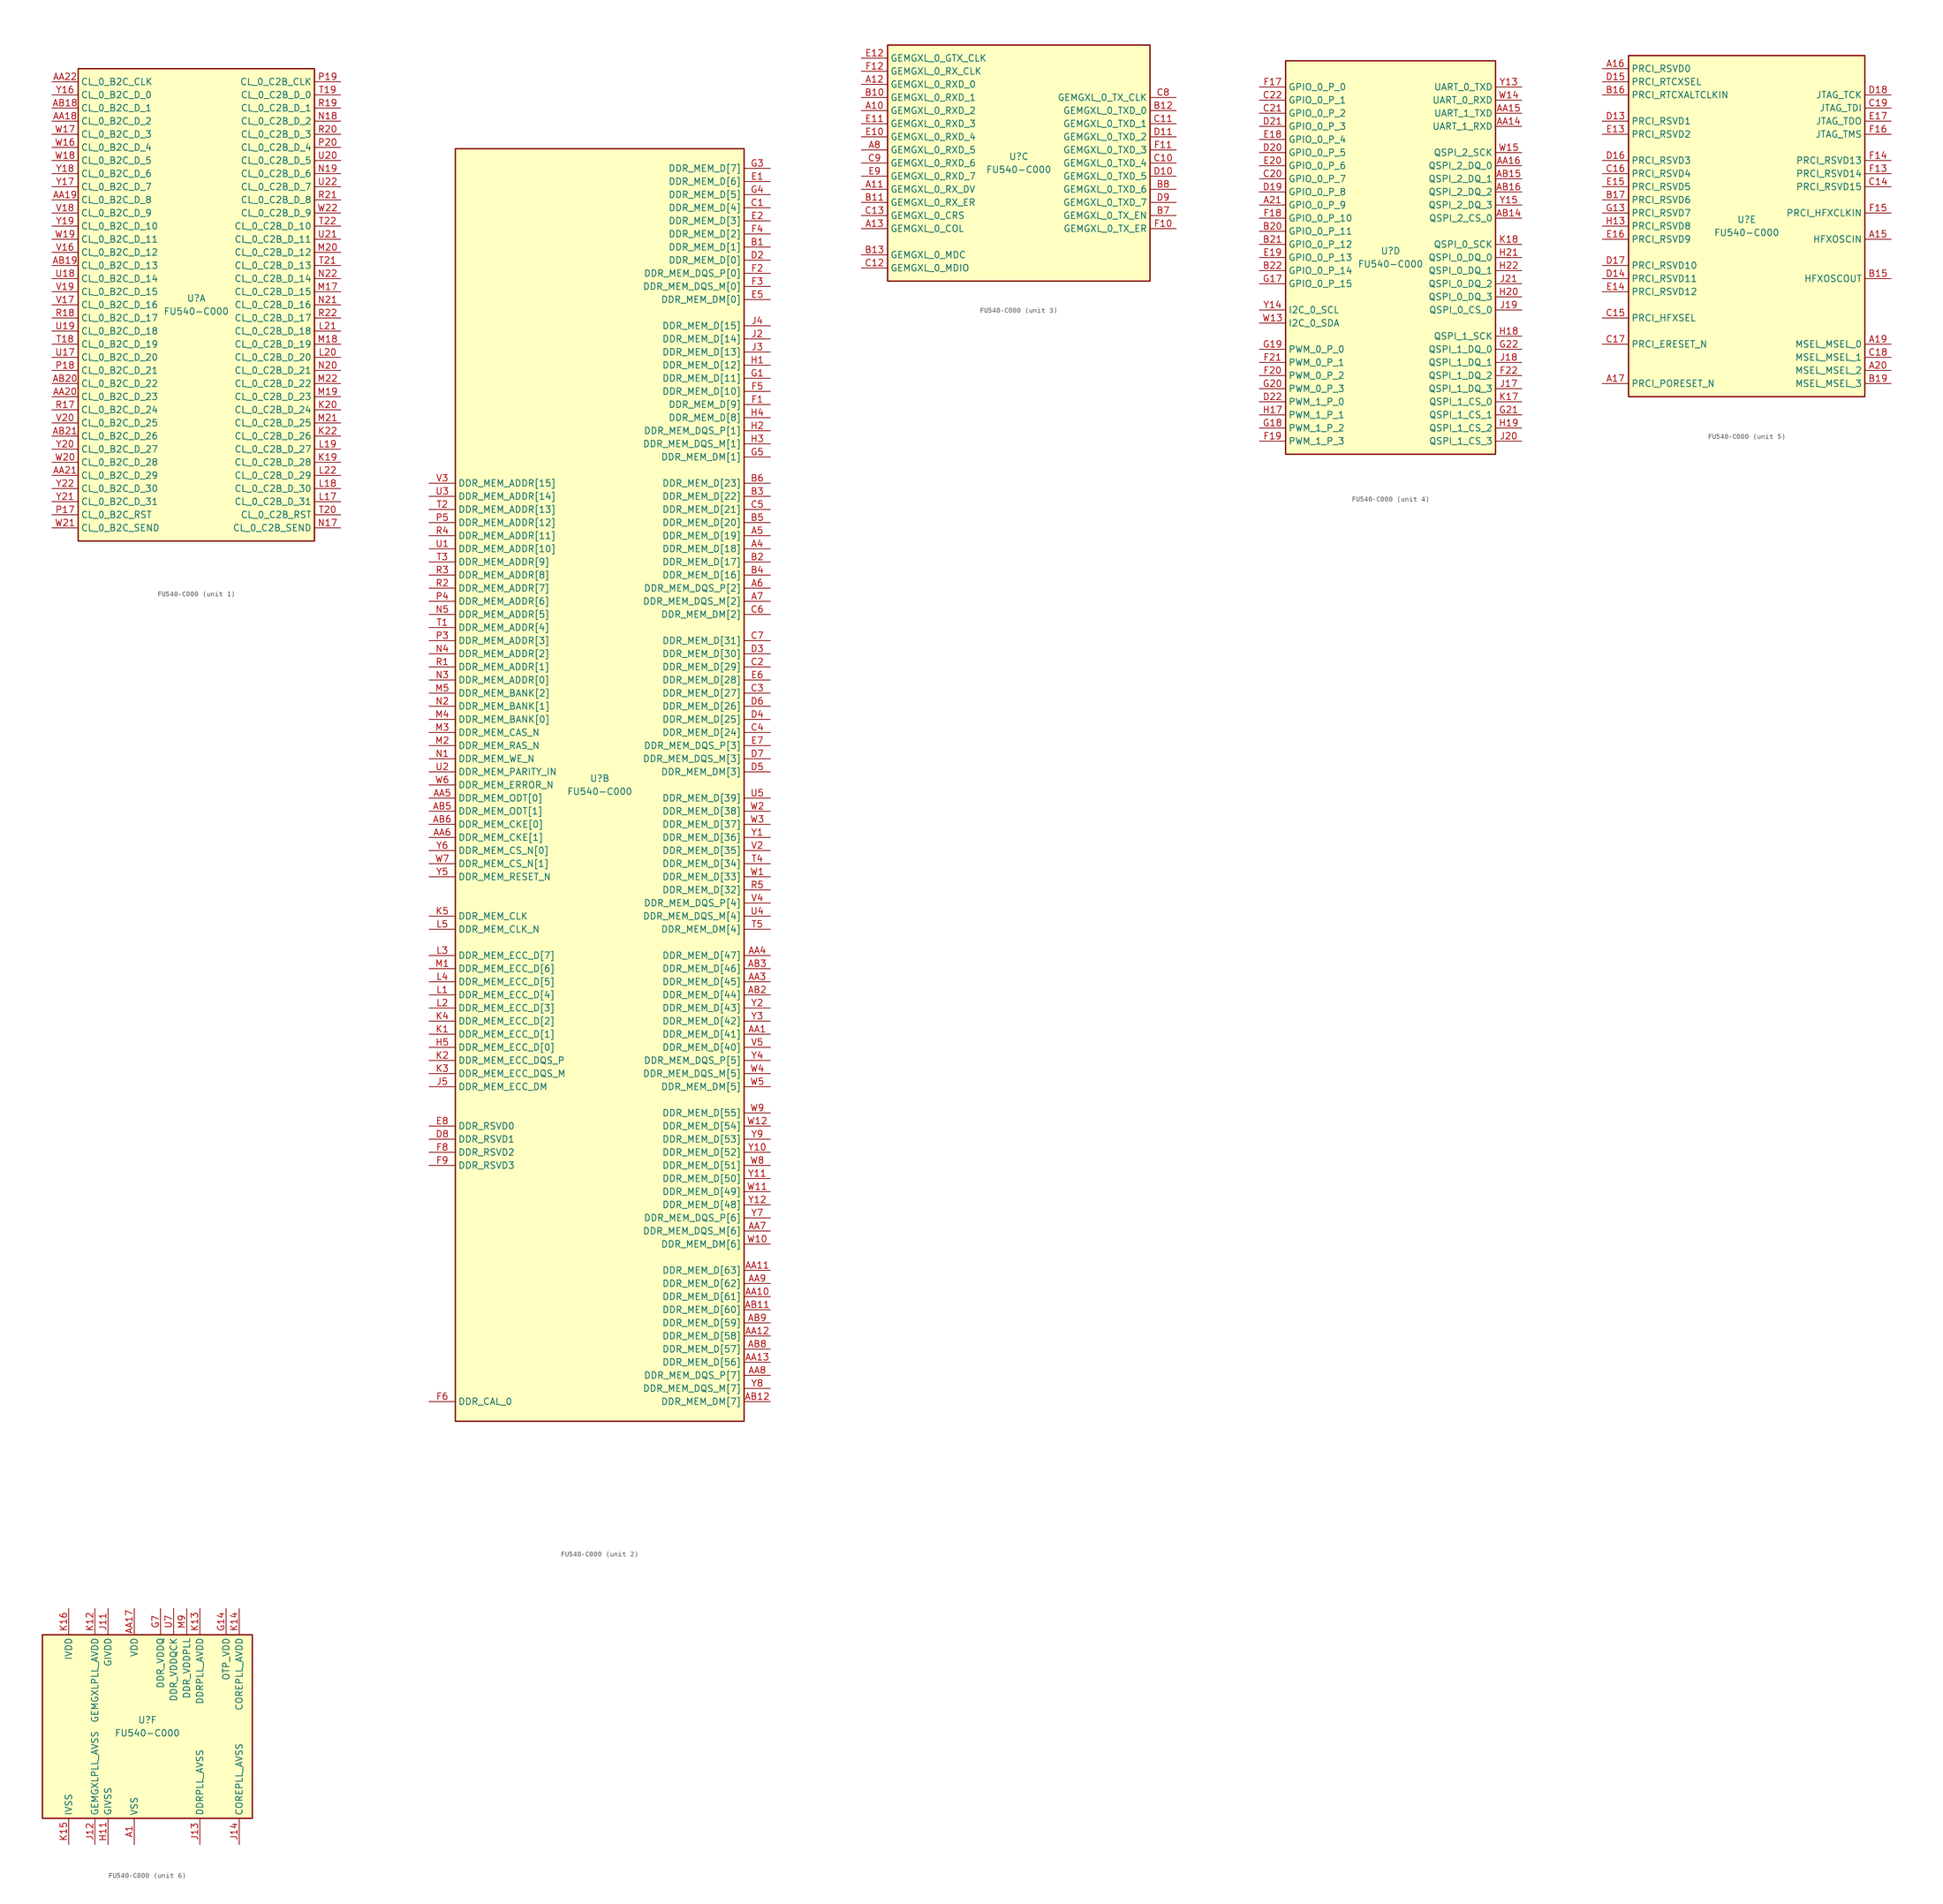
<source format=kicad_sym>
(kicad_symbol_lib
  (version 20201005)
  (generator kicad_symbol_editor)
  (symbol "FU540-C000"
    (property "Reference" "U"
      (at 0 1.27 0)
      (effects (font (size 1.27 1.27))))
    (property "Value" "FU540-C000"
      (at 0 -1.27 0)
      (effects (font (size 1.27 1.27))))
    (property "ki_locked" ""
      (at 0 0 0)
      (effects (font (size 1.27 1.27))))
    (symbol "FU540-C000_1_1"
      (rectangle (start -22.86 -45.72) (end 22.86 45.72) (stroke (width 0.254)) (fill (type background)))
      (pin input line (at -27.94 35.56 0) (length 5.08) (name "CL_0_B2C_D_2" (effects (font (size 1.27 1.27)))) (number "AA18" (effects (font (size 1.27 1.27)))))
      (pin input line (at -27.94 20.32 0) (length 5.08) (name "CL_0_B2C_D_8" (effects (font (size 1.27 1.27)))) (number "AA19" (effects (font (size 1.27 1.27)))))
      (pin input line (at -27.94 -17.78 0) (length 5.08) (name "CL_0_B2C_D_23" (effects (font (size 1.27 1.27)))) (number "AA20" (effects (font (size 1.27 1.27)))))
      (pin input line (at -27.94 -33.02 0) (length 5.08) (name "CL_0_B2C_D_29" (effects (font (size 1.27 1.27)))) (number "AA21" (effects (font (size 1.27 1.27)))))
      (pin input line (at -27.94 43.18 0) (length 5.08) (name "CL_0_B2C_CLK" (effects (font (size 1.27 1.27)))) (number "AA22" (effects (font (size 1.27 1.27)))))
      (pin input line (at -27.94 38.1 0) (length 5.08) (name "CL_0_B2C_D_1" (effects (font (size 1.27 1.27)))) (number "AB18" (effects (font (size 1.27 1.27)))))
      (pin input line (at -27.94 7.62 0) (length 5.08) (name "CL_0_B2C_D_13" (effects (font (size 1.27 1.27)))) (number "AB19" (effects (font (size 1.27 1.27)))))
      (pin input line (at -27.94 -15.24 0) (length 5.08) (name "CL_0_B2C_D_22" (effects (font (size 1.27 1.27)))) (number "AB20" (effects (font (size 1.27 1.27)))))
      (pin input line (at -27.94 -25.4 0) (length 5.08) (name "CL_0_B2C_D_26" (effects (font (size 1.27 1.27)))) (number "AB21" (effects (font (size 1.27 1.27)))))
      (pin output line (at 27.94 -30.48 180) (length 5.08) (name "CL_0_C2B_D_28" (effects (font (size 1.27 1.27)))) (number "K19" (effects (font (size 1.27 1.27)))))
      (pin output line (at 27.94 -20.32 180) (length 5.08) (name "CL_0_C2B_D_24" (effects (font (size 1.27 1.27)))) (number "K20" (effects (font (size 1.27 1.27)))))
      (pin output line (at 27.94 -25.4 180) (length 5.08) (name "CL_0_C2B_D_26" (effects (font (size 1.27 1.27)))) (number "K22" (effects (font (size 1.27 1.27)))))
      (pin output line (at 27.94 -38.1 180) (length 5.08) (name "CL_0_C2B_D_31" (effects (font (size 1.27 1.27)))) (number "L17" (effects (font (size 1.27 1.27)))))
      (pin output line (at 27.94 -35.56 180) (length 5.08) (name "CL_0_C2B_D_30" (effects (font (size 1.27 1.27)))) (number "L18" (effects (font (size 1.27 1.27)))))
      (pin output line (at 27.94 -27.94 180) (length 5.08) (name "CL_0_C2B_D_27" (effects (font (size 1.27 1.27)))) (number "L19" (effects (font (size 1.27 1.27)))))
      (pin output line (at 27.94 -10.16 180) (length 5.08) (name "CL_0_C2B_D_20" (effects (font (size 1.27 1.27)))) (number "L20" (effects (font (size 1.27 1.27)))))
      (pin output line (at 27.94 -5.08 180) (length 5.08) (name "CL_0_C2B_D_18" (effects (font (size 1.27 1.27)))) (number "L21" (effects (font (size 1.27 1.27)))))
      (pin output line (at 27.94 -33.02 180) (length 5.08) (name "CL_0_C2B_D_29" (effects (font (size 1.27 1.27)))) (number "L22" (effects (font (size 1.27 1.27)))))
      (pin output line (at 27.94 2.54 180) (length 5.08) (name "CL_0_C2B_D_15" (effects (font (size 1.27 1.27)))) (number "M17" (effects (font (size 1.27 1.27)))))
      (pin output line (at 27.94 -7.62 180) (length 5.08) (name "CL_0_C2B_D_19" (effects (font (size 1.27 1.27)))) (number "M18" (effects (font (size 1.27 1.27)))))
      (pin output line (at 27.94 -17.78 180) (length 5.08) (name "CL_0_C2B_D_23" (effects (font (size 1.27 1.27)))) (number "M19" (effects (font (size 1.27 1.27)))))
      (pin output line (at 27.94 10.16 180) (length 5.08) (name "CL_0_C2B_D_12" (effects (font (size 1.27 1.27)))) (number "M20" (effects (font (size 1.27 1.27)))))
      (pin output line (at 27.94 -22.86 180) (length 5.08) (name "CL_0_C2B_D_25" (effects (font (size 1.27 1.27)))) (number "M21" (effects (font (size 1.27 1.27)))))
      (pin output line (at 27.94 -15.24 180) (length 5.08) (name "CL_0_C2B_D_22" (effects (font (size 1.27 1.27)))) (number "M22" (effects (font (size 1.27 1.27)))))
      (pin output line (at 27.94 -43.18 180) (length 5.08) (name "CL_0_C2B_SEND" (effects (font (size 1.27 1.27)))) (number "N17" (effects (font (size 1.27 1.27)))))
      (pin output line (at 27.94 35.56 180) (length 5.08) (name "CL_0_C2B_D_2" (effects (font (size 1.27 1.27)))) (number "N18" (effects (font (size 1.27 1.27)))))
      (pin output line (at 27.94 25.4 180) (length 5.08) (name "CL_0_C2B_D_6" (effects (font (size 1.27 1.27)))) (number "N19" (effects (font (size 1.27 1.27)))))
      (pin output line (at 27.94 -12.7 180) (length 5.08) (name "CL_0_C2B_D_21" (effects (font (size 1.27 1.27)))) (number "N20" (effects (font (size 1.27 1.27)))))
      (pin output line (at 27.94 0 180) (length 5.08) (name "CL_0_C2B_D_16" (effects (font (size 1.27 1.27)))) (number "N21" (effects (font (size 1.27 1.27)))))
      (pin output line (at 27.94 5.08 180) (length 5.08) (name "CL_0_C2B_D_14" (effects (font (size 1.27 1.27)))) (number "N22" (effects (font (size 1.27 1.27)))))
      (pin input line (at -27.94 -40.64 0) (length 5.08) (name "CL_0_B2C_RST" (effects (font (size 1.27 1.27)))) (number "P17" (effects (font (size 1.27 1.27)))))
      (pin input line (at -27.94 -12.7 0) (length 5.08) (name "CL_0_B2C_D_21" (effects (font (size 1.27 1.27)))) (number "P18" (effects (font (size 1.27 1.27)))))
      (pin output line (at 27.94 43.18 180) (length 5.08) (name "CL_0_C2B_CLK" (effects (font (size 1.27 1.27)))) (number "P19" (effects (font (size 1.27 1.27)))))
      (pin output line (at 27.94 30.48 180) (length 5.08) (name "CL_0_C2B_D_4" (effects (font (size 1.27 1.27)))) (number "P20" (effects (font (size 1.27 1.27)))))
      (pin input line (at -27.94 -20.32 0) (length 5.08) (name "CL_0_B2C_D_24" (effects (font (size 1.27 1.27)))) (number "R17" (effects (font (size 1.27 1.27)))))
      (pin input line (at -27.94 -2.54 0) (length 5.08) (name "CL_0_B2C_D_17" (effects (font (size 1.27 1.27)))) (number "R18" (effects (font (size 1.27 1.27)))))
      (pin output line (at 27.94 38.1 180) (length 5.08) (name "CL_0_C2B_D_1" (effects (font (size 1.27 1.27)))) (number "R19" (effects (font (size 1.27 1.27)))))
      (pin output line (at 27.94 33.02 180) (length 5.08) (name "CL_0_C2B_D_3" (effects (font (size 1.27 1.27)))) (number "R20" (effects (font (size 1.27 1.27)))))
      (pin output line (at 27.94 20.32 180) (length 5.08) (name "CL_0_C2B_D_8" (effects (font (size 1.27 1.27)))) (number "R21" (effects (font (size 1.27 1.27)))))
      (pin output line (at 27.94 -2.54 180) (length 5.08) (name "CL_0_C2B_D_17" (effects (font (size 1.27 1.27)))) (number "R22" (effects (font (size 1.27 1.27)))))
      (pin input line (at -27.94 -7.62 0) (length 5.08) (name "CL_0_B2C_D_19" (effects (font (size 1.27 1.27)))) (number "T18" (effects (font (size 1.27 1.27)))))
      (pin output line (at 27.94 40.64 180) (length 5.08) (name "CL_0_C2B_D_0" (effects (font (size 1.27 1.27)))) (number "T19" (effects (font (size 1.27 1.27)))))
      (pin output line (at 27.94 -40.64 180) (length 5.08) (name "CL_0_C2B_RST" (effects (font (size 1.27 1.27)))) (number "T20" (effects (font (size 1.27 1.27)))))
      (pin output line (at 27.94 7.62 180) (length 5.08) (name "CL_0_C2B_D_13" (effects (font (size 1.27 1.27)))) (number "T21" (effects (font (size 1.27 1.27)))))
      (pin output line (at 27.94 15.24 180) (length 5.08) (name "CL_0_C2B_D_10" (effects (font (size 1.27 1.27)))) (number "T22" (effects (font (size 1.27 1.27)))))
      (pin input line (at -27.94 -10.16 0) (length 5.08) (name "CL_0_B2C_D_20" (effects (font (size 1.27 1.27)))) (number "U17" (effects (font (size 1.27 1.27)))))
      (pin input line (at -27.94 5.08 0) (length 5.08) (name "CL_0_B2C_D_14" (effects (font (size 1.27 1.27)))) (number "U18" (effects (font (size 1.27 1.27)))))
      (pin input line (at -27.94 -5.08 0) (length 5.08) (name "CL_0_B2C_D_18" (effects (font (size 1.27 1.27)))) (number "U19" (effects (font (size 1.27 1.27)))))
      (pin output line (at 27.94 27.94 180) (length 5.08) (name "CL_0_C2B_D_5" (effects (font (size 1.27 1.27)))) (number "U20" (effects (font (size 1.27 1.27)))))
      (pin output line (at 27.94 12.7 180) (length 5.08) (name "CL_0_C2B_D_11" (effects (font (size 1.27 1.27)))) (number "U21" (effects (font (size 1.27 1.27)))))
      (pin output line (at 27.94 22.86 180) (length 5.08) (name "CL_0_C2B_D_7" (effects (font (size 1.27 1.27)))) (number "U22" (effects (font (size 1.27 1.27)))))
      (pin input line (at -27.94 10.16 0) (length 5.08) (name "CL_0_B2C_D_12" (effects (font (size 1.27 1.27)))) (number "V16" (effects (font (size 1.27 1.27)))))
      (pin input line (at -27.94 0 0) (length 5.08) (name "CL_0_B2C_D_16" (effects (font (size 1.27 1.27)))) (number "V17" (effects (font (size 1.27 1.27)))))
      (pin input line (at -27.94 17.78 0) (length 5.08) (name "CL_0_B2C_D_9" (effects (font (size 1.27 1.27)))) (number "V18" (effects (font (size 1.27 1.27)))))
      (pin input line (at -27.94 2.54 0) (length 5.08) (name "CL_0_B2C_D_15" (effects (font (size 1.27 1.27)))) (number "V19" (effects (font (size 1.27 1.27)))))
      (pin input line (at -27.94 -22.86 0) (length 5.08) (name "CL_0_B2C_D_25" (effects (font (size 1.27 1.27)))) (number "V20" (effects (font (size 1.27 1.27)))))
      (pin input line (at -27.94 30.48 0) (length 5.08) (name "CL_0_B2C_D_4" (effects (font (size 1.27 1.27)))) (number "W16" (effects (font (size 1.27 1.27)))))
      (pin input line (at -27.94 33.02 0) (length 5.08) (name "CL_0_B2C_D_3" (effects (font (size 1.27 1.27)))) (number "W17" (effects (font (size 1.27 1.27)))))
      (pin input line (at -27.94 27.94 0) (length 5.08) (name "CL_0_B2C_D_5" (effects (font (size 1.27 1.27)))) (number "W18" (effects (font (size 1.27 1.27)))))
      (pin input line (at -27.94 12.7 0) (length 5.08) (name "CL_0_B2C_D_11" (effects (font (size 1.27 1.27)))) (number "W19" (effects (font (size 1.27 1.27)))))
      (pin input line (at -27.94 -30.48 0) (length 5.08) (name "CL_0_B2C_D_28" (effects (font (size 1.27 1.27)))) (number "W20" (effects (font (size 1.27 1.27)))))
      (pin input line (at -27.94 -43.18 0) (length 5.08) (name "CL_0_B2C_SEND" (effects (font (size 1.27 1.27)))) (number "W21" (effects (font (size 1.27 1.27)))))
      (pin output line (at 27.94 17.78 180) (length 5.08) (name "CL_0_C2B_D_9" (effects (font (size 1.27 1.27)))) (number "W22" (effects (font (size 1.27 1.27)))))
      (pin input line (at -27.94 40.64 0) (length 5.08) (name "CL_0_B2C_D_0" (effects (font (size 1.27 1.27)))) (number "Y16" (effects (font (size 1.27 1.27)))))
      (pin input line (at -27.94 22.86 0) (length 5.08) (name "CL_0_B2C_D_7" (effects (font (size 1.27 1.27)))) (number "Y17" (effects (font (size 1.27 1.27)))))
      (pin input line (at -27.94 25.4 0) (length 5.08) (name "CL_0_B2C_D_6" (effects (font (size 1.27 1.27)))) (number "Y18" (effects (font (size 1.27 1.27)))))
      (pin input line (at -27.94 15.24 0) (length 5.08) (name "CL_0_B2C_D_10" (effects (font (size 1.27 1.27)))) (number "Y19" (effects (font (size 1.27 1.27)))))
      (pin input line (at -27.94 -27.94 0) (length 5.08) (name "CL_0_B2C_D_27" (effects (font (size 1.27 1.27)))) (number "Y20" (effects (font (size 1.27 1.27)))))
      (pin input line (at -27.94 -38.1 0) (length 5.08) (name "CL_0_B2C_D_31" (effects (font (size 1.27 1.27)))) (number "Y21" (effects (font (size 1.27 1.27)))))
      (pin input line (at -27.94 -35.56 0) (length 5.08) (name "CL_0_B2C_D_30" (effects (font (size 1.27 1.27)))) (number "Y22" (effects (font (size 1.27 1.27))))))
    (symbol "FU540-C000_2_1"
      (rectangle (start -27.94 -123.19) (end 27.94 123.19) (stroke (width 0.254)) (fill (type background)))
      (pin bidirectional line (at 33.02 45.72 180) (length 5.08) (name "DDR_MEM_D[18]" (effects (font (size 1.27 1.27)))) (number "A4" (effects (font (size 1.27 1.27)))))
      (pin bidirectional line (at 33.02 48.26 180) (length 5.08) (name "DDR_MEM_D[19]" (effects (font (size 1.27 1.27)))) (number "A5" (effects (font (size 1.27 1.27)))))
      (pin bidirectional line (at 33.02 38.1 180) (length 5.08) (name "DDR_MEM_DQS_P[2]" (effects (font (size 1.27 1.27)))) (number "A6" (effects (font (size 1.27 1.27)))))
      (pin bidirectional line (at 33.02 35.56 180) (length 5.08) (name "DDR_MEM_DQS_M[2]" (effects (font (size 1.27 1.27)))) (number "A7" (effects (font (size 1.27 1.27)))))
      (pin bidirectional line (at 33.02 -48.26 180) (length 5.08) (name "DDR_MEM_D[41]" (effects (font (size 1.27 1.27)))) (number "AA1" (effects (font (size 1.27 1.27)))))
      (pin bidirectional line (at 33.02 -99.06 180) (length 5.08) (name "DDR_MEM_D[61]" (effects (font (size 1.27 1.27)))) (number "AA10" (effects (font (size 1.27 1.27)))))
      (pin bidirectional line (at 33.02 -93.98 180) (length 5.08) (name "DDR_MEM_D[63]" (effects (font (size 1.27 1.27)))) (number "AA11" (effects (font (size 1.27 1.27)))))
      (pin bidirectional line (at 33.02 -106.68 180) (length 5.08) (name "DDR_MEM_D[58]" (effects (font (size 1.27 1.27)))) (number "AA12" (effects (font (size 1.27 1.27)))))
      (pin bidirectional line (at 33.02 -111.76 180) (length 5.08) (name "DDR_MEM_D[56]" (effects (font (size 1.27 1.27)))) (number "AA13" (effects (font (size 1.27 1.27)))))
      (pin bidirectional line (at 33.02 -38.1 180) (length 5.08) (name "DDR_MEM_D[45]" (effects (font (size 1.27 1.27)))) (number "AA3" (effects (font (size 1.27 1.27)))))
      (pin bidirectional line (at 33.02 -33.02 180) (length 5.08) (name "DDR_MEM_D[47]" (effects (font (size 1.27 1.27)))) (number "AA4" (effects (font (size 1.27 1.27)))))
      (pin output line (at -33.02 -2.54 0) (length 5.08) (name "DDR_MEM_ODT[0]" (effects (font (size 1.27 1.27)))) (number "AA5" (effects (font (size 1.27 1.27)))))
      (pin output line (at -33.02 -10.16 0) (length 5.08) (name "DDR_MEM_CKE[1]" (effects (font (size 1.27 1.27)))) (number "AA6" (effects (font (size 1.27 1.27)))))
      (pin bidirectional line (at 33.02 -86.36 180) (length 5.08) (name "DDR_MEM_DQS_M[6]" (effects (font (size 1.27 1.27)))) (number "AA7" (effects (font (size 1.27 1.27)))))
      (pin bidirectional line (at 33.02 -114.3 180) (length 5.08) (name "DDR_MEM_DQS_P[7]" (effects (font (size 1.27 1.27)))) (number "AA8" (effects (font (size 1.27 1.27)))))
      (pin bidirectional line (at 33.02 -96.52 180) (length 5.08) (name "DDR_MEM_D[62]" (effects (font (size 1.27 1.27)))) (number "AA9" (effects (font (size 1.27 1.27)))))
      (pin bidirectional line (at 33.02 -101.6 180) (length 5.08) (name "DDR_MEM_D[60]" (effects (font (size 1.27 1.27)))) (number "AB11" (effects (font (size 1.27 1.27)))))
      (pin bidirectional line (at 33.02 -119.38 180) (length 5.08) (name "DDR_MEM_DM[7]" (effects (font (size 1.27 1.27)))) (number "AB12" (effects (font (size 1.27 1.27)))))
      (pin bidirectional line (at 33.02 -40.64 180) (length 5.08) (name "DDR_MEM_D[44]" (effects (font (size 1.27 1.27)))) (number "AB2" (effects (font (size 1.27 1.27)))))
      (pin bidirectional line (at 33.02 -35.56 180) (length 5.08) (name "DDR_MEM_D[46]" (effects (font (size 1.27 1.27)))) (number "AB3" (effects (font (size 1.27 1.27)))))
      (pin output line (at -33.02 -5.08 0) (length 5.08) (name "DDR_MEM_ODT[1]" (effects (font (size 1.27 1.27)))) (number "AB5" (effects (font (size 1.27 1.27)))))
      (pin output line (at -33.02 -7.62 0) (length 5.08) (name "DDR_MEM_CKE[0]" (effects (font (size 1.27 1.27)))) (number "AB6" (effects (font (size 1.27 1.27)))))
      (pin bidirectional line (at 33.02 -109.22 180) (length 5.08) (name "DDR_MEM_D[57]" (effects (font (size 1.27 1.27)))) (number "AB8" (effects (font (size 1.27 1.27)))))
      (pin bidirectional line (at 33.02 -104.14 180) (length 5.08) (name "DDR_MEM_D[59]" (effects (font (size 1.27 1.27)))) (number "AB9" (effects (font (size 1.27 1.27)))))
      (pin bidirectional line (at 33.02 104.14 180) (length 5.08) (name "DDR_MEM_D[1]" (effects (font (size 1.27 1.27)))) (number "B1" (effects (font (size 1.27 1.27)))))
      (pin bidirectional line (at 33.02 43.18 180) (length 5.08) (name "DDR_MEM_D[17]" (effects (font (size 1.27 1.27)))) (number "B2" (effects (font (size 1.27 1.27)))))
      (pin bidirectional line (at 33.02 55.88 180) (length 5.08) (name "DDR_MEM_D[22]" (effects (font (size 1.27 1.27)))) (number "B3" (effects (font (size 1.27 1.27)))))
      (pin bidirectional line (at 33.02 40.64 180) (length 5.08) (name "DDR_MEM_D[16]" (effects (font (size 1.27 1.27)))) (number "B4" (effects (font (size 1.27 1.27)))))
      (pin bidirectional line (at 33.02 50.8 180) (length 5.08) (name "DDR_MEM_D[20]" (effects (font (size 1.27 1.27)))) (number "B5" (effects (font (size 1.27 1.27)))))
      (pin bidirectional line (at 33.02 58.42 180) (length 5.08) (name "DDR_MEM_D[23]" (effects (font (size 1.27 1.27)))) (number "B6" (effects (font (size 1.27 1.27)))))
      (pin bidirectional line (at 33.02 111.76 180) (length 5.08) (name "DDR_MEM_D[4]" (effects (font (size 1.27 1.27)))) (number "C1" (effects (font (size 1.27 1.27)))))
      (pin bidirectional line (at 33.02 22.86 180) (length 5.08) (name "DDR_MEM_D[29]" (effects (font (size 1.27 1.27)))) (number "C2" (effects (font (size 1.27 1.27)))))
      (pin bidirectional line (at 33.02 17.78 180) (length 5.08) (name "DDR_MEM_D[27]" (effects (font (size 1.27 1.27)))) (number "C3" (effects (font (size 1.27 1.27)))))
      (pin bidirectional line (at 33.02 10.16 180) (length 5.08) (name "DDR_MEM_D[24]" (effects (font (size 1.27 1.27)))) (number "C4" (effects (font (size 1.27 1.27)))))
      (pin bidirectional line (at 33.02 53.34 180) (length 5.08) (name "DDR_MEM_D[21]" (effects (font (size 1.27 1.27)))) (number "C5" (effects (font (size 1.27 1.27)))))
      (pin bidirectional line (at 33.02 33.02 180) (length 5.08) (name "DDR_MEM_DM[2]" (effects (font (size 1.27 1.27)))) (number "C6" (effects (font (size 1.27 1.27)))))
      (pin bidirectional line (at 33.02 27.94 180) (length 5.08) (name "DDR_MEM_D[31]" (effects (font (size 1.27 1.27)))) (number "C7" (effects (font (size 1.27 1.27)))))
      (pin bidirectional line (at 33.02 101.6 180) (length 5.08) (name "DDR_MEM_D[0]" (effects (font (size 1.27 1.27)))) (number "D2" (effects (font (size 1.27 1.27)))))
      (pin bidirectional line (at 33.02 25.4 180) (length 5.08) (name "DDR_MEM_D[30]" (effects (font (size 1.27 1.27)))) (number "D3" (effects (font (size 1.27 1.27)))))
      (pin bidirectional line (at 33.02 12.7 180) (length 5.08) (name "DDR_MEM_D[25]" (effects (font (size 1.27 1.27)))) (number "D4" (effects (font (size 1.27 1.27)))))
      (pin bidirectional line (at 33.02 2.54 180) (length 5.08) (name "DDR_MEM_DM[3]" (effects (font (size 1.27 1.27)))) (number "D5" (effects (font (size 1.27 1.27)))))
      (pin bidirectional line (at 33.02 15.24 180) (length 5.08) (name "DDR_MEM_D[26]" (effects (font (size 1.27 1.27)))) (number "D6" (effects (font (size 1.27 1.27)))))
      (pin bidirectional line (at 33.02 5.08 180) (length 5.08) (name "DDR_MEM_DQS_M[3]" (effects (font (size 1.27 1.27)))) (number "D7" (effects (font (size 1.27 1.27)))))
      (pin passive line (at -33.02 -68.58 0) (length 5.08) (name "DDR_RSVD1" (effects (font (size 1.27 1.27)))) (number "D8" (effects (font (size 1.27 1.27)))))
      (pin bidirectional line (at 33.02 116.84 180) (length 5.08) (name "DDR_MEM_D[6]" (effects (font (size 1.27 1.27)))) (number "E1" (effects (font (size 1.27 1.27)))))
      (pin bidirectional line (at 33.02 109.22 180) (length 5.08) (name "DDR_MEM_D[3]" (effects (font (size 1.27 1.27)))) (number "E2" (effects (font (size 1.27 1.27)))))
      (pin bidirectional line (at 33.02 93.98 180) (length 5.08) (name "DDR_MEM_DM[0]" (effects (font (size 1.27 1.27)))) (number "E5" (effects (font (size 1.27 1.27)))))
      (pin bidirectional line (at 33.02 20.32 180) (length 5.08) (name "DDR_MEM_D[28]" (effects (font (size 1.27 1.27)))) (number "E6" (effects (font (size 1.27 1.27)))))
      (pin bidirectional line (at 33.02 7.62 180) (length 5.08) (name "DDR_MEM_DQS_P[3]" (effects (font (size 1.27 1.27)))) (number "E7" (effects (font (size 1.27 1.27)))))
      (pin passive line (at -33.02 -66.04 0) (length 5.08) (name "DDR_RSVD0" (effects (font (size 1.27 1.27)))) (number "E8" (effects (font (size 1.27 1.27)))))
      (pin bidirectional line (at 33.02 73.66 180) (length 5.08) (name "DDR_MEM_D[9]" (effects (font (size 1.27 1.27)))) (number "F1" (effects (font (size 1.27 1.27)))))
      (pin bidirectional line (at 33.02 99.06 180) (length 5.08) (name "DDR_MEM_DQS_P[0]" (effects (font (size 1.27 1.27)))) (number "F2" (effects (font (size 1.27 1.27)))))
      (pin bidirectional line (at 33.02 96.52 180) (length 5.08) (name "DDR_MEM_DQS_M[0]" (effects (font (size 1.27 1.27)))) (number "F3" (effects (font (size 1.27 1.27)))))
      (pin bidirectional line (at 33.02 106.68 180) (length 5.08) (name "DDR_MEM_D[2]" (effects (font (size 1.27 1.27)))) (number "F4" (effects (font (size 1.27 1.27)))))
      (pin bidirectional line (at 33.02 76.2 180) (length 5.08) (name "DDR_MEM_D[10]" (effects (font (size 1.27 1.27)))) (number "F5" (effects (font (size 1.27 1.27)))))
      (pin passive line (at -33.02 -119.38 0) (length 5.08) (name "DDR_CAL_0" (effects (font (size 1.27 1.27)))) (number "F6" (effects (font (size 1.27 1.27)))))
      (pin passive line (at -33.02 -71.12 0) (length 5.08) (name "DDR_RSVD2" (effects (font (size 1.27 1.27)))) (number "F8" (effects (font (size 1.27 1.27)))))
      (pin passive line (at -33.02 -73.66 0) (length 5.08) (name "DDR_RSVD3" (effects (font (size 1.27 1.27)))) (number "F9" (effects (font (size 1.27 1.27)))))
      (pin bidirectional line (at 33.02 78.74 180) (length 5.08) (name "DDR_MEM_D[11]" (effects (font (size 1.27 1.27)))) (number "G1" (effects (font (size 1.27 1.27)))))
      (pin bidirectional line (at 33.02 119.38 180) (length 5.08) (name "DDR_MEM_D[7]" (effects (font (size 1.27 1.27)))) (number "G3" (effects (font (size 1.27 1.27)))))
      (pin bidirectional line (at 33.02 114.3 180) (length 5.08) (name "DDR_MEM_D[5]" (effects (font (size 1.27 1.27)))) (number "G4" (effects (font (size 1.27 1.27)))))
      (pin bidirectional line (at 33.02 63.5 180) (length 5.08) (name "DDR_MEM_DM[1]" (effects (font (size 1.27 1.27)))) (number "G5" (effects (font (size 1.27 1.27)))))
      (pin bidirectional line (at 33.02 81.28 180) (length 5.08) (name "DDR_MEM_D[12]" (effects (font (size 1.27 1.27)))) (number "H1" (effects (font (size 1.27 1.27)))))
      (pin bidirectional line (at 33.02 68.58 180) (length 5.08) (name "DDR_MEM_DQS_P[1]" (effects (font (size 1.27 1.27)))) (number "H2" (effects (font (size 1.27 1.27)))))
      (pin bidirectional line (at 33.02 66.04 180) (length 5.08) (name "DDR_MEM_DQS_M[1]" (effects (font (size 1.27 1.27)))) (number "H3" (effects (font (size 1.27 1.27)))))
      (pin bidirectional line (at 33.02 71.12 180) (length 5.08) (name "DDR_MEM_D[8]" (effects (font (size 1.27 1.27)))) (number "H4" (effects (font (size 1.27 1.27)))))
      (pin bidirectional line (at -33.02 -50.8 0) (length 5.08) (name "DDR_MEM_ECC_D[0]" (effects (font (size 1.27 1.27)))) (number "H5" (effects (font (size 1.27 1.27)))))
      (pin bidirectional line (at 33.02 86.36 180) (length 5.08) (name "DDR_MEM_D[14]" (effects (font (size 1.27 1.27)))) (number "J2" (effects (font (size 1.27 1.27)))))
      (pin bidirectional line (at 33.02 83.82 180) (length 5.08) (name "DDR_MEM_D[13]" (effects (font (size 1.27 1.27)))) (number "J3" (effects (font (size 1.27 1.27)))))
      (pin bidirectional line (at 33.02 88.9 180) (length 5.08) (name "DDR_MEM_D[15]" (effects (font (size 1.27 1.27)))) (number "J4" (effects (font (size 1.27 1.27)))))
      (pin bidirectional line (at -33.02 -58.42 0) (length 5.08) (name "DDR_MEM_ECC_DM" (effects (font (size 1.27 1.27)))) (number "J5" (effects (font (size 1.27 1.27)))))
      (pin bidirectional line (at -33.02 -48.26 0) (length 5.08) (name "DDR_MEM_ECC_D[1]" (effects (font (size 1.27 1.27)))) (number "K1" (effects (font (size 1.27 1.27)))))
      (pin bidirectional line (at -33.02 -53.34 0) (length 5.08) (name "DDR_MEM_ECC_DQS_P" (effects (font (size 1.27 1.27)))) (number "K2" (effects (font (size 1.27 1.27)))))
      (pin bidirectional line (at -33.02 -55.88 0) (length 5.08) (name "DDR_MEM_ECC_DQS_M" (effects (font (size 1.27 1.27)))) (number "K3" (effects (font (size 1.27 1.27)))))
      (pin bidirectional line (at -33.02 -45.72 0) (length 5.08) (name "DDR_MEM_ECC_D[2]" (effects (font (size 1.27 1.27)))) (number "K4" (effects (font (size 1.27 1.27)))))
      (pin output line (at -33.02 -25.4 0) (length 5.08) (name "DDR_MEM_CLK" (effects (font (size 1.27 1.27)))) (number "K5" (effects (font (size 1.27 1.27)))))
      (pin bidirectional line (at -33.02 -40.64 0) (length 5.08) (name "DDR_MEM_ECC_D[4]" (effects (font (size 1.27 1.27)))) (number "L1" (effects (font (size 1.27 1.27)))))
      (pin bidirectional line (at -33.02 -43.18 0) (length 5.08) (name "DDR_MEM_ECC_D[3]" (effects (font (size 1.27 1.27)))) (number "L2" (effects (font (size 1.27 1.27)))))
      (pin bidirectional line (at -33.02 -33.02 0) (length 5.08) (name "DDR_MEM_ECC_D[7]" (effects (font (size 1.27 1.27)))) (number "L3" (effects (font (size 1.27 1.27)))))
      (pin bidirectional line (at -33.02 -38.1 0) (length 5.08) (name "DDR_MEM_ECC_D[5]" (effects (font (size 1.27 1.27)))) (number "L4" (effects (font (size 1.27 1.27)))))
      (pin output line (at -33.02 -27.94 0) (length 5.08) (name "DDR_MEM_CLK_N" (effects (font (size 1.27 1.27)))) (number "L5" (effects (font (size 1.27 1.27)))))
      (pin bidirectional line (at -33.02 -35.56 0) (length 5.08) (name "DDR_MEM_ECC_D[6]" (effects (font (size 1.27 1.27)))) (number "M1" (effects (font (size 1.27 1.27)))))
      (pin output line (at -33.02 7.62 0) (length 5.08) (name "DDR_MEM_RAS_N" (effects (font (size 1.27 1.27)))) (number "M2" (effects (font (size 1.27 1.27)))))
      (pin output line (at -33.02 10.16 0) (length 5.08) (name "DDR_MEM_CAS_N" (effects (font (size 1.27 1.27)))) (number "M3" (effects (font (size 1.27 1.27)))))
      (pin output line (at -33.02 12.7 0) (length 5.08) (name "DDR_MEM_BANK[0]" (effects (font (size 1.27 1.27)))) (number "M4" (effects (font (size 1.27 1.27)))))
      (pin output line (at -33.02 17.78 0) (length 5.08) (name "DDR_MEM_BANK[2]" (effects (font (size 1.27 1.27)))) (number "M5" (effects (font (size 1.27 1.27)))))
      (pin output line (at -33.02 5.08 0) (length 5.08) (name "DDR_MEM_WE_N" (effects (font (size 1.27 1.27)))) (number "N1" (effects (font (size 1.27 1.27)))))
      (pin output line (at -33.02 15.24 0) (length 5.08) (name "DDR_MEM_BANK[1]" (effects (font (size 1.27 1.27)))) (number "N2" (effects (font (size 1.27 1.27)))))
      (pin output line (at -33.02 20.32 0) (length 5.08) (name "DDR_MEM_ADDR[0]" (effects (font (size 1.27 1.27)))) (number "N3" (effects (font (size 1.27 1.27)))))
      (pin output line (at -33.02 25.4 0) (length 5.08) (name "DDR_MEM_ADDR[2]" (effects (font (size 1.27 1.27)))) (number "N4" (effects (font (size 1.27 1.27)))))
      (pin output line (at -33.02 33.02 0) (length 5.08) (name "DDR_MEM_ADDR[5]" (effects (font (size 1.27 1.27)))) (number "N5" (effects (font (size 1.27 1.27)))))
      (pin output line (at -33.02 27.94 0) (length 5.08) (name "DDR_MEM_ADDR[3]" (effects (font (size 1.27 1.27)))) (number "P3" (effects (font (size 1.27 1.27)))))
      (pin output line (at -33.02 35.56 0) (length 5.08) (name "DDR_MEM_ADDR[6]" (effects (font (size 1.27 1.27)))) (number "P4" (effects (font (size 1.27 1.27)))))
      (pin output line (at -33.02 50.8 0) (length 5.08) (name "DDR_MEM_ADDR[12]" (effects (font (size 1.27 1.27)))) (number "P5" (effects (font (size 1.27 1.27)))))
      (pin output line (at -33.02 22.86 0) (length 5.08) (name "DDR_MEM_ADDR[1]" (effects (font (size 1.27 1.27)))) (number "R1" (effects (font (size 1.27 1.27)))))
      (pin output line (at -33.02 38.1 0) (length 5.08) (name "DDR_MEM_ADDR[7]" (effects (font (size 1.27 1.27)))) (number "R2" (effects (font (size 1.27 1.27)))))
      (pin output line (at -33.02 40.64 0) (length 5.08) (name "DDR_MEM_ADDR[8]" (effects (font (size 1.27 1.27)))) (number "R3" (effects (font (size 1.27 1.27)))))
      (pin output line (at -33.02 48.26 0) (length 5.08) (name "DDR_MEM_ADDR[11]" (effects (font (size 1.27 1.27)))) (number "R4" (effects (font (size 1.27 1.27)))))
      (pin bidirectional line (at 33.02 -20.32 180) (length 5.08) (name "DDR_MEM_D[32]" (effects (font (size 1.27 1.27)))) (number "R5" (effects (font (size 1.27 1.27)))))
      (pin output line (at -33.02 30.48 0) (length 5.08) (name "DDR_MEM_ADDR[4]" (effects (font (size 1.27 1.27)))) (number "T1" (effects (font (size 1.27 1.27)))))
      (pin output line (at -33.02 53.34 0) (length 5.08) (name "DDR_MEM_ADDR[13]" (effects (font (size 1.27 1.27)))) (number "T2" (effects (font (size 1.27 1.27)))))
      (pin output line (at -33.02 43.18 0) (length 5.08) (name "DDR_MEM_ADDR[9]" (effects (font (size 1.27 1.27)))) (number "T3" (effects (font (size 1.27 1.27)))))
      (pin bidirectional line (at 33.02 -15.24 180) (length 5.08) (name "DDR_MEM_D[34]" (effects (font (size 1.27 1.27)))) (number "T4" (effects (font (size 1.27 1.27)))))
      (pin bidirectional line (at 33.02 -27.94 180) (length 5.08) (name "DDR_MEM_DM[4]" (effects (font (size 1.27 1.27)))) (number "T5" (effects (font (size 1.27 1.27)))))
      (pin output line (at -33.02 45.72 0) (length 5.08) (name "DDR_MEM_ADDR[10]" (effects (font (size 1.27 1.27)))) (number "U1" (effects (font (size 1.27 1.27)))))
      (pin output line (at -33.02 2.54 0) (length 5.08) (name "DDR_MEM_PARITY_IN" (effects (font (size 1.27 1.27)))) (number "U2" (effects (font (size 1.27 1.27)))))
      (pin output line (at -33.02 55.88 0) (length 5.08) (name "DDR_MEM_ADDR[14]" (effects (font (size 1.27 1.27)))) (number "U3" (effects (font (size 1.27 1.27)))))
      (pin bidirectional line (at 33.02 -25.4 180) (length 5.08) (name "DDR_MEM_DQS_M[4]" (effects (font (size 1.27 1.27)))) (number "U4" (effects (font (size 1.27 1.27)))))
      (pin bidirectional line (at 33.02 -2.54 180) (length 5.08) (name "DDR_MEM_D[39]" (effects (font (size 1.27 1.27)))) (number "U5" (effects (font (size 1.27 1.27)))))
      (pin bidirectional line (at 33.02 -12.7 180) (length 5.08) (name "DDR_MEM_D[35]" (effects (font (size 1.27 1.27)))) (number "V2" (effects (font (size 1.27 1.27)))))
      (pin output line (at -33.02 58.42 0) (length 5.08) (name "DDR_MEM_ADDR[15]" (effects (font (size 1.27 1.27)))) (number "V3" (effects (font (size 1.27 1.27)))))
      (pin bidirectional line (at 33.02 -22.86 180) (length 5.08) (name "DDR_MEM_DQS_P[4]" (effects (font (size 1.27 1.27)))) (number "V4" (effects (font (size 1.27 1.27)))))
      (pin bidirectional line (at 33.02 -50.8 180) (length 5.08) (name "DDR_MEM_D[40]" (effects (font (size 1.27 1.27)))) (number "V5" (effects (font (size 1.27 1.27)))))
      (pin bidirectional line (at 33.02 -17.78 180) (length 5.08) (name "DDR_MEM_D[33]" (effects (font (size 1.27 1.27)))) (number "W1" (effects (font (size 1.27 1.27)))))
      (pin bidirectional line (at 33.02 -88.9 180) (length 5.08) (name "DDR_MEM_DM[6]" (effects (font (size 1.27 1.27)))) (number "W10" (effects (font (size 1.27 1.27)))))
      (pin bidirectional line (at 33.02 -78.74 180) (length 5.08) (name "DDR_MEM_D[49]" (effects (font (size 1.27 1.27)))) (number "W11" (effects (font (size 1.27 1.27)))))
      (pin bidirectional line (at 33.02 -66.04 180) (length 5.08) (name "DDR_MEM_D[54]" (effects (font (size 1.27 1.27)))) (number "W12" (effects (font (size 1.27 1.27)))))
      (pin bidirectional line (at 33.02 -5.08 180) (length 5.08) (name "DDR_MEM_D[38]" (effects (font (size 1.27 1.27)))) (number "W2" (effects (font (size 1.27 1.27)))))
      (pin bidirectional line (at 33.02 -7.62 180) (length 5.08) (name "DDR_MEM_D[37]" (effects (font (size 1.27 1.27)))) (number "W3" (effects (font (size 1.27 1.27)))))
      (pin bidirectional line (at 33.02 -55.88 180) (length 5.08) (name "DDR_MEM_DQS_M[5]" (effects (font (size 1.27 1.27)))) (number "W4" (effects (font (size 1.27 1.27)))))
      (pin bidirectional line (at 33.02 -58.42 180) (length 5.08) (name "DDR_MEM_DM[5]" (effects (font (size 1.27 1.27)))) (number "W5" (effects (font (size 1.27 1.27)))))
      (pin input line (at -33.02 0 0) (length 5.08) (name "DDR_MEM_ERROR_N" (effects (font (size 1.27 1.27)))) (number "W6" (effects (font (size 1.27 1.27)))))
      (pin output line (at -33.02 -15.24 0) (length 5.08) (name "DDR_MEM_CS_N[1]" (effects (font (size 1.27 1.27)))) (number "W7" (effects (font (size 1.27 1.27)))))
      (pin bidirectional line (at 33.02 -73.66 180) (length 5.08) (name "DDR_MEM_D[51]" (effects (font (size 1.27 1.27)))) (number "W8" (effects (font (size 1.27 1.27)))))
      (pin bidirectional line (at 33.02 -63.5 180) (length 5.08) (name "DDR_MEM_D[55]" (effects (font (size 1.27 1.27)))) (number "W9" (effects (font (size 1.27 1.27)))))
      (pin bidirectional line (at 33.02 -10.16 180) (length 5.08) (name "DDR_MEM_D[36]" (effects (font (size 1.27 1.27)))) (number "Y1" (effects (font (size 1.27 1.27)))))
      (pin bidirectional line (at 33.02 -71.12 180) (length 5.08) (name "DDR_MEM_D[52]" (effects (font (size 1.27 1.27)))) (number "Y10" (effects (font (size 1.27 1.27)))))
      (pin bidirectional line (at 33.02 -76.2 180) (length 5.08) (name "DDR_MEM_D[50]" (effects (font (size 1.27 1.27)))) (number "Y11" (effects (font (size 1.27 1.27)))))
      (pin bidirectional line (at 33.02 -81.28 180) (length 5.08) (name "DDR_MEM_D[48]" (effects (font (size 1.27 1.27)))) (number "Y12" (effects (font (size 1.27 1.27)))))
      (pin bidirectional line (at 33.02 -43.18 180) (length 5.08) (name "DDR_MEM_D[43]" (effects (font (size 1.27 1.27)))) (number "Y2" (effects (font (size 1.27 1.27)))))
      (pin bidirectional line (at 33.02 -45.72 180) (length 5.08) (name "DDR_MEM_D[42]" (effects (font (size 1.27 1.27)))) (number "Y3" (effects (font (size 1.27 1.27)))))
      (pin bidirectional line (at 33.02 -53.34 180) (length 5.08) (name "DDR_MEM_DQS_P[5]" (effects (font (size 1.27 1.27)))) (number "Y4" (effects (font (size 1.27 1.27)))))
      (pin output line (at -33.02 -17.78 0) (length 5.08) (name "DDR_MEM_RESET_N" (effects (font (size 1.27 1.27)))) (number "Y5" (effects (font (size 1.27 1.27)))))
      (pin output line (at -33.02 -12.7 0) (length 5.08) (name "DDR_MEM_CS_N[0]" (effects (font (size 1.27 1.27)))) (number "Y6" (effects (font (size 1.27 1.27)))))
      (pin bidirectional line (at 33.02 -83.82 180) (length 5.08) (name "DDR_MEM_DQS_P[6]" (effects (font (size 1.27 1.27)))) (number "Y7" (effects (font (size 1.27 1.27)))))
      (pin bidirectional line (at 33.02 -116.84 180) (length 5.08) (name "DDR_MEM_DQS_M[7]" (effects (font (size 1.27 1.27)))) (number "Y8" (effects (font (size 1.27 1.27)))))
      (pin bidirectional line (at 33.02 -68.58 180) (length 5.08) (name "DDR_MEM_D[53]" (effects (font (size 1.27 1.27)))) (number "Y9" (effects (font (size 1.27 1.27))))))
    (symbol "FU540-C000_3_1"
      (rectangle (start -25.4 -22.86) (end 25.4 22.86) (stroke (width 0.254)) (fill (type background)))
      (pin input line (at -30.48 10.16 0) (length 5.08) (name "GEMGXL_0_RXD_2" (effects (font (size 1.27 1.27)))) (number "A10" (effects (font (size 1.27 1.27)))))
      (pin input line (at -30.48 -5.08 0) (length 5.08) (name "GEMGXL_0_RX_DV" (effects (font (size 1.27 1.27)))) (number "A11" (effects (font (size 1.27 1.27)))))
      (pin input line (at -30.48 15.24 0) (length 5.08) (name "GEMGXL_0_RXD_0" (effects (font (size 1.27 1.27)))) (number "A12" (effects (font (size 1.27 1.27)))))
      (pin input line (at -30.48 -12.7 0) (length 5.08) (name "GEMGXL_0_COL" (effects (font (size 1.27 1.27)))) (number "A13" (effects (font (size 1.27 1.27)))))
      (pin input line (at -30.48 2.54 0) (length 5.08) (name "GEMGXL_0_RXD_5" (effects (font (size 1.27 1.27)))) (number "A8" (effects (font (size 1.27 1.27)))))
      (pin input line (at -30.48 12.7 0) (length 5.08) (name "GEMGXL_0_RXD_1" (effects (font (size 1.27 1.27)))) (number "B10" (effects (font (size 1.27 1.27)))))
      (pin input line (at -30.48 -7.62 0) (length 5.08) (name "GEMGXL_0_RX_ER" (effects (font (size 1.27 1.27)))) (number "B11" (effects (font (size 1.27 1.27)))))
      (pin output line (at 30.48 10.16 180) (length 5.08) (name "GEMGXL_0_TXD_0" (effects (font (size 1.27 1.27)))) (number "B12" (effects (font (size 1.27 1.27)))))
      (pin output line (at -30.48 -17.78 0) (length 5.08) (name "GEMGXL_0_MDC" (effects (font (size 1.27 1.27)))) (number "B13" (effects (font (size 1.27 1.27)))))
      (pin output line (at 30.48 -10.16 180) (length 5.08) (name "GEMGXL_0_TX_EN" (effects (font (size 1.27 1.27)))) (number "B7" (effects (font (size 1.27 1.27)))))
      (pin output line (at 30.48 -5.08 180) (length 5.08) (name "GEMGXL_0_TXD_6" (effects (font (size 1.27 1.27)))) (number "B8" (effects (font (size 1.27 1.27)))))
      (pin output line (at 30.48 0 180) (length 5.08) (name "GEMGXL_0_TXD_4" (effects (font (size 1.27 1.27)))) (number "C10" (effects (font (size 1.27 1.27)))))
      (pin output line (at 30.48 7.62 180) (length 5.08) (name "GEMGXL_0_TXD_1" (effects (font (size 1.27 1.27)))) (number "C11" (effects (font (size 1.27 1.27)))))
      (pin bidirectional line (at -30.48 -20.32 0) (length 5.08) (name "GEMGXL_0_MDIO" (effects (font (size 1.27 1.27)))) (number "C12" (effects (font (size 1.27 1.27)))))
      (pin input line (at -30.48 -10.16 0) (length 5.08) (name "GEMGXL_0_CRS" (effects (font (size 1.27 1.27)))) (number "C13" (effects (font (size 1.27 1.27)))))
      (pin input line (at 30.48 12.7 180) (length 5.08) (name "GEMGXL_0_TX_CLK" (effects (font (size 1.27 1.27)))) (number "C8" (effects (font (size 1.27 1.27)))))
      (pin input line (at -30.48 0 0) (length 5.08) (name "GEMGXL_0_RXD_6" (effects (font (size 1.27 1.27)))) (number "C9" (effects (font (size 1.27 1.27)))))
      (pin output line (at 30.48 -2.54 180) (length 5.08) (name "GEMGXL_0_TXD_5" (effects (font (size 1.27 1.27)))) (number "D10" (effects (font (size 1.27 1.27)))))
      (pin output line (at 30.48 5.08 180) (length 5.08) (name "GEMGXL_0_TXD_2" (effects (font (size 1.27 1.27)))) (number "D11" (effects (font (size 1.27 1.27)))))
      (pin output line (at 30.48 -7.62 180) (length 5.08) (name "GEMGXL_0_TXD_7" (effects (font (size 1.27 1.27)))) (number "D9" (effects (font (size 1.27 1.27)))))
      (pin input line (at -30.48 5.08 0) (length 5.08) (name "GEMGXL_0_RXD_4" (effects (font (size 1.27 1.27)))) (number "E10" (effects (font (size 1.27 1.27)))))
      (pin input line (at -30.48 7.62 0) (length 5.08) (name "GEMGXL_0_RXD_3" (effects (font (size 1.27 1.27)))) (number "E11" (effects (font (size 1.27 1.27)))))
      (pin input line (at -30.48 20.32 0) (length 5.08) (name "GEMGXL_0_GTX_CLK" (effects (font (size 1.27 1.27)))) (number "E12" (effects (font (size 1.27 1.27)))))
      (pin input line (at -30.48 -2.54 0) (length 5.08) (name "GEMGXL_0_RXD_7" (effects (font (size 1.27 1.27)))) (number "E9" (effects (font (size 1.27 1.27)))))
      (pin output line (at 30.48 -12.7 180) (length 5.08) (name "GEMGXL_0_TX_ER" (effects (font (size 1.27 1.27)))) (number "F10" (effects (font (size 1.27 1.27)))))
      (pin output line (at 30.48 2.54 180) (length 5.08) (name "GEMGXL_0_TXD_3" (effects (font (size 1.27 1.27)))) (number "F11" (effects (font (size 1.27 1.27)))))
      (pin input line (at -30.48 17.78 0) (length 5.08) (name "GEMGXL_0_RX_CLK" (effects (font (size 1.27 1.27)))) (number "F12" (effects (font (size 1.27 1.27))))))
    (symbol "FU540-C000_4_1"
      (rectangle (start -20.32 -38.1) (end 20.32 38.1) (stroke (width 0.254)) (fill (type background)))
      (pin bidirectional line (at -25.4 10.16 0) (length 5.08) (name "GPIO_0_P_9" (effects (font (size 1.27 1.27)))) (number "A21" (effects (font (size 1.27 1.27)))))
      (pin input line (at 25.4 25.4 180) (length 5.08) (name "UART_1_RXD" (effects (font (size 1.27 1.27)))) (number "AA14" (effects (font (size 1.27 1.27)))))
      (pin output line (at 25.4 27.94 180) (length 5.08) (name "UART_1_TXD" (effects (font (size 1.27 1.27)))) (number "AA15" (effects (font (size 1.27 1.27)))))
      (pin bidirectional line (at 25.4 17.78 180) (length 5.08) (name "QSPI_2_DQ_0" (effects (font (size 1.27 1.27)))) (number "AA16" (effects (font (size 1.27 1.27)))))
      (pin output line (at 25.4 7.62 180) (length 5.08) (name "QSPI_2_CS_0" (effects (font (size 1.27 1.27)))) (number "AB14" (effects (font (size 1.27 1.27)))))
      (pin bidirectional line (at 25.4 15.24 180) (length 5.08) (name "QSPI_2_DQ_1" (effects (font (size 1.27 1.27)))) (number "AB15" (effects (font (size 1.27 1.27)))))
      (pin bidirectional line (at 25.4 12.7 180) (length 5.08) (name "QSPI_2_DQ_2" (effects (font (size 1.27 1.27)))) (number "AB16" (effects (font (size 1.27 1.27)))))
      (pin bidirectional line (at -25.4 5.08 0) (length 5.08) (name "GPIO_0_P_11" (effects (font (size 1.27 1.27)))) (number "B20" (effects (font (size 1.27 1.27)))))
      (pin bidirectional line (at -25.4 2.54 0) (length 5.08) (name "GPIO_0_P_12" (effects (font (size 1.27 1.27)))) (number "B21" (effects (font (size 1.27 1.27)))))
      (pin bidirectional line (at -25.4 -2.54 0) (length 5.08) (name "GPIO_0_P_14" (effects (font (size 1.27 1.27)))) (number "B22" (effects (font (size 1.27 1.27)))))
      (pin bidirectional line (at -25.4 15.24 0) (length 5.08) (name "GPIO_0_P_7" (effects (font (size 1.27 1.27)))) (number "C20" (effects (font (size 1.27 1.27)))))
      (pin bidirectional line (at -25.4 27.94 0) (length 5.08) (name "GPIO_0_P_2" (effects (font (size 1.27 1.27)))) (number "C21" (effects (font (size 1.27 1.27)))))
      (pin bidirectional line (at -25.4 30.48 0) (length 5.08) (name "GPIO_0_P_1" (effects (font (size 1.27 1.27)))) (number "C22" (effects (font (size 1.27 1.27)))))
      (pin bidirectional line (at -25.4 12.7 0) (length 5.08) (name "GPIO_0_P_8" (effects (font (size 1.27 1.27)))) (number "D19" (effects (font (size 1.27 1.27)))))
      (pin bidirectional line (at -25.4 20.32 0) (length 5.08) (name "GPIO_0_P_5" (effects (font (size 1.27 1.27)))) (number "D20" (effects (font (size 1.27 1.27)))))
      (pin bidirectional line (at -25.4 25.4 0) (length 5.08) (name "GPIO_0_P_3" (effects (font (size 1.27 1.27)))) (number "D21" (effects (font (size 1.27 1.27)))))
      (pin bidirectional line (at -25.4 -27.94 0) (length 5.08) (name "PWM_1_P_0" (effects (font (size 1.27 1.27)))) (number "D22" (effects (font (size 1.27 1.27)))))
      (pin bidirectional line (at -25.4 22.86 0) (length 5.08) (name "GPIO_0_P_4" (effects (font (size 1.27 1.27)))) (number "E18" (effects (font (size 1.27 1.27)))))
      (pin bidirectional line (at -25.4 0 0) (length 5.08) (name "GPIO_0_P_13" (effects (font (size 1.27 1.27)))) (number "E19" (effects (font (size 1.27 1.27)))))
      (pin bidirectional line (at -25.4 17.78 0) (length 5.08) (name "GPIO_0_P_6" (effects (font (size 1.27 1.27)))) (number "E20" (effects (font (size 1.27 1.27)))))
      (pin bidirectional line (at -25.4 33.02 0) (length 5.08) (name "GPIO_0_P_0" (effects (font (size 1.27 1.27)))) (number "F17" (effects (font (size 1.27 1.27)))))
      (pin bidirectional line (at -25.4 7.62 0) (length 5.08) (name "GPIO_0_P_10" (effects (font (size 1.27 1.27)))) (number "F18" (effects (font (size 1.27 1.27)))))
      (pin bidirectional line (at -25.4 -35.56 0) (length 5.08) (name "PWM_1_P_3" (effects (font (size 1.27 1.27)))) (number "F19" (effects (font (size 1.27 1.27)))))
      (pin bidirectional line (at -25.4 -22.86 0) (length 5.08) (name "PWM_0_P_2" (effects (font (size 1.27 1.27)))) (number "F20" (effects (font (size 1.27 1.27)))))
      (pin bidirectional line (at -25.4 -20.32 0) (length 5.08) (name "PWM_0_P_1" (effects (font (size 1.27 1.27)))) (number "F21" (effects (font (size 1.27 1.27)))))
      (pin bidirectional line (at 25.4 -22.86 180) (length 5.08) (name "QSPI_1_DQ_2" (effects (font (size 1.27 1.27)))) (number "F22" (effects (font (size 1.27 1.27)))))
      (pin bidirectional line (at -25.4 -5.08 0) (length 5.08) (name "GPIO_0_P_15" (effects (font (size 1.27 1.27)))) (number "G17" (effects (font (size 1.27 1.27)))))
      (pin bidirectional line (at -25.4 -33.02 0) (length 5.08) (name "PWM_1_P_2" (effects (font (size 1.27 1.27)))) (number "G18" (effects (font (size 1.27 1.27)))))
      (pin bidirectional line (at -25.4 -17.78 0) (length 5.08) (name "PWM_0_P_0" (effects (font (size 1.27 1.27)))) (number "G19" (effects (font (size 1.27 1.27)))))
      (pin bidirectional line (at -25.4 -25.4 0) (length 5.08) (name "PWM_0_P_3" (effects (font (size 1.27 1.27)))) (number "G20" (effects (font (size 1.27 1.27)))))
      (pin output line (at 25.4 -30.48 180) (length 5.08) (name "QSPI_1_CS_1" (effects (font (size 1.27 1.27)))) (number "G21" (effects (font (size 1.27 1.27)))))
      (pin bidirectional line (at 25.4 -17.78 180) (length 5.08) (name "QSPI_1_DQ_0" (effects (font (size 1.27 1.27)))) (number "G22" (effects (font (size 1.27 1.27)))))
      (pin bidirectional line (at -25.4 -30.48 0) (length 5.08) (name "PWM_1_P_1" (effects (font (size 1.27 1.27)))) (number "H17" (effects (font (size 1.27 1.27)))))
      (pin output line (at 25.4 -15.24 180) (length 5.08) (name "QSPI_1_SCK" (effects (font (size 1.27 1.27)))) (number "H18" (effects (font (size 1.27 1.27)))))
      (pin output line (at 25.4 -33.02 180) (length 5.08) (name "QSPI_1_CS_2" (effects (font (size 1.27 1.27)))) (number "H19" (effects (font (size 1.27 1.27)))))
      (pin bidirectional line (at 25.4 -7.62 180) (length 5.08) (name "QSPI_0_DQ_3" (effects (font (size 1.27 1.27)))) (number "H20" (effects (font (size 1.27 1.27)))))
      (pin bidirectional line (at 25.4 0 180) (length 5.08) (name "QSPI_0_DQ_0" (effects (font (size 1.27 1.27)))) (number "H21" (effects (font (size 1.27 1.27)))))
      (pin bidirectional line (at 25.4 -2.54 180) (length 5.08) (name "QSPI_0_DQ_1" (effects (font (size 1.27 1.27)))) (number "H22" (effects (font (size 1.27 1.27)))))
      (pin bidirectional line (at 25.4 -25.4 180) (length 5.08) (name "QSPI_1_DQ_3" (effects (font (size 1.27 1.27)))) (number "J17" (effects (font (size 1.27 1.27)))))
      (pin bidirectional line (at 25.4 -20.32 180) (length 5.08) (name "QSPI_1_DQ_1" (effects (font (size 1.27 1.27)))) (number "J18" (effects (font (size 1.27 1.27)))))
      (pin output line (at 25.4 -10.16 180) (length 5.08) (name "QSPI_0_CS_0" (effects (font (size 1.27 1.27)))) (number "J19" (effects (font (size 1.27 1.27)))))
      (pin output line (at 25.4 -35.56 180) (length 5.08) (name "QSPI_1_CS_3" (effects (font (size 1.27 1.27)))) (number "J20" (effects (font (size 1.27 1.27)))))
      (pin bidirectional line (at 25.4 -5.08 180) (length 5.08) (name "QSPI_0_DQ_2" (effects (font (size 1.27 1.27)))) (number "J21" (effects (font (size 1.27 1.27)))))
      (pin output line (at 25.4 -27.94 180) (length 5.08) (name "QSPI_1_CS_0" (effects (font (size 1.27 1.27)))) (number "K17" (effects (font (size 1.27 1.27)))))
      (pin output line (at 25.4 2.54 180) (length 5.08) (name "QSPI_0_SCK" (effects (font (size 1.27 1.27)))) (number "K18" (effects (font (size 1.27 1.27)))))
      (pin bidirectional line (at -25.4 -12.7 0) (length 5.08) (name "I2C_0_SDA" (effects (font (size 1.27 1.27)))) (number "W13" (effects (font (size 1.27 1.27)))))
      (pin input line (at 25.4 30.48 180) (length 5.08) (name "UART_0_RXD" (effects (font (size 1.27 1.27)))) (number "W14" (effects (font (size 1.27 1.27)))))
      (pin output line (at 25.4 20.32 180) (length 5.08) (name "QSPI_2_SCK" (effects (font (size 1.27 1.27)))) (number "W15" (effects (font (size 1.27 1.27)))))
      (pin output line (at 25.4 33.02 180) (length 5.08) (name "UART_0_TXD" (effects (font (size 1.27 1.27)))) (number "Y13" (effects (font (size 1.27 1.27)))))
      (pin bidirectional line (at -25.4 -10.16 0) (length 5.08) (name "I2C_0_SCL" (effects (font (size 1.27 1.27)))) (number "Y14" (effects (font (size 1.27 1.27)))))
      (pin bidirectional line (at 25.4 10.16 180) (length 5.08) (name "QSPI_2_DQ_3" (effects (font (size 1.27 1.27)))) (number "Y15" (effects (font (size 1.27 1.27))))))
    (symbol "FU540-C000_5_1"
      (rectangle (start -22.86 -33.02) (end 22.86 33.02) (stroke (width 0.254)) (fill (type background)))
      (pin passive line (at 27.94 -2.54 180) (length 5.08) (name "HFXOSCIN" (effects (font (size 1.27 1.27)))) (number "A15" (effects (font (size 1.27 1.27)))))
      (pin passive line (at -27.94 30.48 0) (length 5.08) (name "PRCI_RSVD0" (effects (font (size 1.27 1.27)))) (number "A16" (effects (font (size 1.27 1.27)))))
      (pin input line (at -27.94 -30.48 0) (length 5.08) (name "PRCI_PORESET_N" (effects (font (size 1.27 1.27)))) (number "A17" (effects (font (size 1.27 1.27)))))
      (pin input line (at 27.94 -22.86 180) (length 5.08) (name "MSEL_MSEL_0" (effects (font (size 1.27 1.27)))) (number "A19" (effects (font (size 1.27 1.27)))))
      (pin input line (at 27.94 -27.94 180) (length 5.08) (name "MSEL_MSEL_2" (effects (font (size 1.27 1.27)))) (number "A20" (effects (font (size 1.27 1.27)))))
      (pin passive line (at 27.94 -10.16 180) (length 5.08) (name "HFXOSCOUT" (effects (font (size 1.27 1.27)))) (number "B15" (effects (font (size 1.27 1.27)))))
      (pin passive line (at -27.94 25.4 0) (length 5.08) (name "PRCI_RTCXALTCLKIN" (effects (font (size 1.27 1.27)))) (number "B16" (effects (font (size 1.27 1.27)))))
      (pin passive line (at -27.94 5.08 0) (length 5.08) (name "PRCI_RSVD6" (effects (font (size 1.27 1.27)))) (number "B17" (effects (font (size 1.27 1.27)))))
      (pin input line (at 27.94 -30.48 180) (length 5.08) (name "MSEL_MSEL_3" (effects (font (size 1.27 1.27)))) (number "B19" (effects (font (size 1.27 1.27)))))
      (pin passive line (at 27.94 7.62 180) (length 5.08) (name "PRCI_RSVD15" (effects (font (size 1.27 1.27)))) (number "C14" (effects (font (size 1.27 1.27)))))
      (pin input line (at -27.94 -17.78 0) (length 5.08) (name "PRCI_HFXSEL" (effects (font (size 1.27 1.27)))) (number "C15" (effects (font (size 1.27 1.27)))))
      (pin passive line (at -27.94 10.16 0) (length 5.08) (name "PRCI_RSVD4" (effects (font (size 1.27 1.27)))) (number "C16" (effects (font (size 1.27 1.27)))))
      (pin input line (at -27.94 -22.86 0) (length 5.08) (name "PRCI_ERESET_N" (effects (font (size 1.27 1.27)))) (number "C17" (effects (font (size 1.27 1.27)))))
      (pin input line (at 27.94 -25.4 180) (length 5.08) (name "MSEL_MSEL_1" (effects (font (size 1.27 1.27)))) (number "C18" (effects (font (size 1.27 1.27)))))
      (pin input line (at 27.94 22.86 180) (length 5.08) (name "JTAG_TDI" (effects (font (size 1.27 1.27)))) (number "C19" (effects (font (size 1.27 1.27)))))
      (pin passive line (at -27.94 20.32 0) (length 5.08) (name "PRCI_RSVD1" (effects (font (size 1.27 1.27)))) (number "D13" (effects (font (size 1.27 1.27)))))
      (pin passive line (at -27.94 -10.16 0) (length 5.08) (name "PRCI_RSVD11" (effects (font (size 1.27 1.27)))) (number "D14" (effects (font (size 1.27 1.27)))))
      (pin input line (at -27.94 27.94 0) (length 5.08) (name "PRCI_RTCXSEL" (effects (font (size 1.27 1.27)))) (number "D15" (effects (font (size 1.27 1.27)))))
      (pin passive line (at -27.94 12.7 0) (length 5.08) (name "PRCI_RSVD3" (effects (font (size 1.27 1.27)))) (number "D16" (effects (font (size 1.27 1.27)))))
      (pin passive line (at -27.94 -7.62 0) (length 5.08) (name "PRCI_RSVD10" (effects (font (size 1.27 1.27)))) (number "D17" (effects (font (size 1.27 1.27)))))
      (pin input line (at 27.94 25.4 180) (length 5.08) (name "JTAG_TCK" (effects (font (size 1.27 1.27)))) (number "D18" (effects (font (size 1.27 1.27)))))
      (pin passive line (at -27.94 17.78 0) (length 5.08) (name "PRCI_RSVD2" (effects (font (size 1.27 1.27)))) (number "E13" (effects (font (size 1.27 1.27)))))
      (pin passive line (at -27.94 -12.7 0) (length 5.08) (name "PRCI_RSVD12" (effects (font (size 1.27 1.27)))) (number "E14" (effects (font (size 1.27 1.27)))))
      (pin passive line (at -27.94 7.62 0) (length 5.08) (name "PRCI_RSVD5" (effects (font (size 1.27 1.27)))) (number "E15" (effects (font (size 1.27 1.27)))))
      (pin passive line (at -27.94 -2.54 0) (length 5.08) (name "PRCI_RSVD9" (effects (font (size 1.27 1.27)))) (number "E16" (effects (font (size 1.27 1.27)))))
      (pin output line (at 27.94 20.32 180) (length 5.08) (name "JTAG_TDO" (effects (font (size 1.27 1.27)))) (number "E17" (effects (font (size 1.27 1.27)))))
      (pin passive line (at 27.94 10.16 180) (length 5.08) (name "PRCI_RSVD14" (effects (font (size 1.27 1.27)))) (number "F13" (effects (font (size 1.27 1.27)))))
      (pin passive line (at 27.94 12.7 180) (length 5.08) (name "PRCI_RSVD13" (effects (font (size 1.27 1.27)))) (number "F14" (effects (font (size 1.27 1.27)))))
      (pin input line (at 27.94 2.54 180) (length 5.08) (name "PRCI_HFXCLKIN" (effects (font (size 1.27 1.27)))) (number "F15" (effects (font (size 1.27 1.27)))))
      (pin input line (at 27.94 17.78 180) (length 5.08) (name "JTAG_TMS" (effects (font (size 1.27 1.27)))) (number "F16" (effects (font (size 1.27 1.27)))))
      (pin passive line (at -27.94 2.54 0) (length 5.08) (name "PRCI_RSVD7" (effects (font (size 1.27 1.27)))) (number "G13" (effects (font (size 1.27 1.27)))))
      (pin passive line (at -27.94 0 0) (length 5.08) (name "PRCI_RSVD8" (effects (font (size 1.27 1.27)))) (number "H13" (effects (font (size 1.27 1.27))))))
    (symbol "FU540-C000_6_1"
      (rectangle (start -20.32 -17.78) (end 20.32 17.78) (stroke (width 0.254)) (fill (type background)))
      (pin power_in line (at -2.54 -22.86 90) (length 5.08) (name "VSS" (effects (font (size 1.27 1.27)))) (number "A1" (effects (font (size 1.27 1.27)))))
      (pin passive line (at -2.54 -22.86 90) (length 5.08) hide (name "VSS" (effects (font (size 1.27 1.27)))) (number "A14" (effects (font (size 1.27 1.27)))))
      (pin passive line (at -2.54 -22.86 90) (length 5.08) hide (name "VSS" (effects (font (size 1.27 1.27)))) (number "A18" (effects (font (size 1.27 1.27)))))
      (pin passive line (at -2.54 -22.86 90) (length 5.08) hide (name "VSS" (effects (font (size 1.27 1.27)))) (number "A2" (effects (font (size 1.27 1.27)))))
      (pin passive line (at -2.54 -22.86 90) (length 5.08) hide (name "VSS" (effects (font (size 1.27 1.27)))) (number "A22" (effects (font (size 1.27 1.27)))))
      (pin passive line (at -2.54 -22.86 90) (length 5.08) hide (name "VSS" (effects (font (size 1.27 1.27)))) (number "A3" (effects (font (size 1.27 1.27)))))
      (pin passive line (at -2.54 -22.86 90) (length 5.08) hide (name "VSS" (effects (font (size 1.27 1.27)))) (number "A9" (effects (font (size 1.27 1.27)))))
      (pin power_in line (at -2.54 22.86 270) (length 5.08) (name "VDD" (effects (font (size 1.27 1.27)))) (number "AA17" (effects (font (size 1.27 1.27)))))
      (pin passive line (at -2.54 -22.86 90) (length 5.08) hide (name "VSS" (effects (font (size 1.27 1.27)))) (number "AA2" (effects (font (size 1.27 1.27)))))
      (pin passive line (at -2.54 -22.86 90) (length 5.08) hide (name "VSS" (effects (font (size 1.27 1.27)))) (number "AB1" (effects (font (size 1.27 1.27)))))
      (pin passive line (at -2.54 -22.86 90) (length 5.08) hide (name "VSS" (effects (font (size 1.27 1.27)))) (number "AB10" (effects (font (size 1.27 1.27)))))
      (pin passive line (at -2.54 -22.86 90) (length 5.08) hide (name "VSS" (effects (font (size 1.27 1.27)))) (number "AB13" (effects (font (size 1.27 1.27)))))
      (pin passive line (at -2.54 -22.86 90) (length 5.08) hide (name "VSS" (effects (font (size 1.27 1.27)))) (number "AB17" (effects (font (size 1.27 1.27)))))
      (pin passive line (at -2.54 -22.86 90) (length 5.08) hide (name "VSS" (effects (font (size 1.27 1.27)))) (number "AB22" (effects (font (size 1.27 1.27)))))
      (pin passive line (at -2.54 -22.86 90) (length 5.08) hide (name "VSS" (effects (font (size 1.27 1.27)))) (number "AB4" (effects (font (size 1.27 1.27)))))
      (pin passive line (at -2.54 -22.86 90) (length 5.08) hide (name "VSS" (effects (font (size 1.27 1.27)))) (number "AB7" (effects (font (size 1.27 1.27)))))
      (pin passive line (at -2.54 22.86 270) (length 5.08) hide (name "VDD" (effects (font (size 1.27 1.27)))) (number "B14" (effects (font (size 1.27 1.27)))))
      (pin passive line (at -2.54 22.86 270) (length 5.08) hide (name "VDD" (effects (font (size 1.27 1.27)))) (number "B18" (effects (font (size 1.27 1.27)))))
      (pin passive line (at -2.54 22.86 270) (length 5.08) hide (name "VDD" (effects (font (size 1.27 1.27)))) (number "B9" (effects (font (size 1.27 1.27)))))
      (pin passive line (at -2.54 -22.86 90) (length 5.08) hide (name "VSS" (effects (font (size 1.27 1.27)))) (number "D1" (effects (font (size 1.27 1.27)))))
      (pin passive line (at -2.54 -22.86 90) (length 5.08) hide (name "VSS" (effects (font (size 1.27 1.27)))) (number "D12" (effects (font (size 1.27 1.27)))))
      (pin passive line (at -2.54 22.86 270) (length 5.08) hide (name "VDD" (effects (font (size 1.27 1.27)))) (number "E21" (effects (font (size 1.27 1.27)))))
      (pin passive line (at -2.54 -22.86 90) (length 5.08) hide (name "VSS" (effects (font (size 1.27 1.27)))) (number "E22" (effects (font (size 1.27 1.27)))))
      (pin passive line (at -2.54 22.86 270) (length 5.08) hide (name "VDD" (effects (font (size 1.27 1.27)))) (number "E3" (effects (font (size 1.27 1.27)))))
      (pin passive line (at -2.54 -22.86 90) (length 5.08) hide (name "VSS" (effects (font (size 1.27 1.27)))) (number "E4" (effects (font (size 1.27 1.27)))))
      (pin passive line (at -2.54 -22.86 90) (length 5.08) hide (name "VSS" (effects (font (size 1.27 1.27)))) (number "F7" (effects (font (size 1.27 1.27)))))
      (pin passive line (at -2.54 -22.86 90) (length 5.08) hide (name "VSS" (effects (font (size 1.27 1.27)))) (number "G10" (effects (font (size 1.27 1.27)))))
      (pin passive line (at -2.54 22.86 270) (length 5.08) hide (name "VDD" (effects (font (size 1.27 1.27)))) (number "G11" (effects (font (size 1.27 1.27)))))
      (pin passive line (at -2.54 -22.86 90) (length 5.08) hide (name "VSS" (effects (font (size 1.27 1.27)))) (number "G12" (effects (font (size 1.27 1.27)))))
      (pin power_in line (at 15.24 22.86 270) (length 5.08) (name "OTP_VDD" (effects (font (size 1.27 1.27)))) (number "G14" (effects (font (size 1.27 1.27)))))
      (pin passive line (at -2.54 22.86 270) (length 5.08) hide (name "VDD" (effects (font (size 1.27 1.27)))) (number "G15" (effects (font (size 1.27 1.27)))))
      (pin passive line (at -2.54 -22.86 90) (length 5.08) hide (name "VSS" (effects (font (size 1.27 1.27)))) (number "G16" (effects (font (size 1.27 1.27)))))
      (pin passive line (at -2.54 -22.86 90) (length 5.08) hide (name "VSS" (effects (font (size 1.27 1.27)))) (number "G2" (effects (font (size 1.27 1.27)))))
      (pin passive line (at -2.54 -22.86 90) (length 5.08) hide (name "VSS" (effects (font (size 1.27 1.27)))) (number "G6" (effects (font (size 1.27 1.27)))))
      (pin power_in line (at 2.54 22.86 270) (length 5.08) (name "DDR_VDDQ" (effects (font (size 1.27 1.27)))) (number "G7" (effects (font (size 1.27 1.27)))))
      (pin passive line (at -2.54 -22.86 90) (length 5.08) hide (name "VSS" (effects (font (size 1.27 1.27)))) (number "G8" (effects (font (size 1.27 1.27)))))
      (pin passive line (at -2.54 22.86 270) (length 5.08) hide (name "VDD" (effects (font (size 1.27 1.27)))) (number "G9" (effects (font (size 1.27 1.27)))))
      (pin passive line (at -2.54 22.86 270) (length 5.08) hide (name "VDD" (effects (font (size 1.27 1.27)))) (number "H10" (effects (font (size 1.27 1.27)))))
      (pin power_in line (at -7.62 -22.86 90) (length 5.08) (name "GIVSS" (effects (font (size 1.27 1.27)))) (number "H11" (effects (font (size 1.27 1.27)))))
      (pin passive line (at -2.54 22.86 270) (length 5.08) hide (name "VDD" (effects (font (size 1.27 1.27)))) (number "H12" (effects (font (size 1.27 1.27)))))
      (pin passive line (at -2.54 22.86 270) (length 5.08) hide (name "VDD" (effects (font (size 1.27 1.27)))) (number "H14" (effects (font (size 1.27 1.27)))))
      (pin passive line (at -2.54 -22.86 90) (length 5.08) hide (name "VSS" (effects (font (size 1.27 1.27)))) (number "H15" (effects (font (size 1.27 1.27)))))
      (pin passive line (at -2.54 22.86 270) (length 5.08) hide (name "VDD" (effects (font (size 1.27 1.27)))) (number "H16" (effects (font (size 1.27 1.27)))))
      (pin passive line (at 2.54 22.86 270) (length 5.08) hide (name "DDR_VDDQ" (effects (font (size 1.27 1.27)))) (number "H6" (effects (font (size 1.27 1.27)))))
      (pin passive line (at -2.54 -22.86 90) (length 5.08) hide (name "VSS" (effects (font (size 1.27 1.27)))) (number "H7" (effects (font (size 1.27 1.27)))))
      (pin passive line (at -2.54 22.86 270) (length 5.08) hide (name "VDD" (effects (font (size 1.27 1.27)))) (number "H8" (effects (font (size 1.27 1.27)))))
      (pin passive line (at -2.54 -22.86 90) (length 5.08) hide (name "VSS" (effects (font (size 1.27 1.27)))) (number "H9" (effects (font (size 1.27 1.27)))))
      (pin passive line (at -2.54 -22.86 90) (length 5.08) hide (name "VSS" (effects (font (size 1.27 1.27)))) (number "J1" (effects (font (size 1.27 1.27)))))
      (pin passive line (at -2.54 -22.86 90) (length 5.08) hide (name "VSS" (effects (font (size 1.27 1.27)))) (number "J10" (effects (font (size 1.27 1.27)))))
      (pin power_in line (at -7.62 22.86 270) (length 5.08) (name "GIVDD" (effects (font (size 1.27 1.27)))) (number "J11" (effects (font (size 1.27 1.27)))))
      (pin power_in line (at -10.16 -22.86 90) (length 5.08) (name "GEMGXLPLL_AVSS" (effects (font (size 1.27 1.27)))) (number "J12" (effects (font (size 1.27 1.27)))))
      (pin power_in line (at 10.16 -22.86 90) (length 5.08) (name "DDRPLL_AVSS" (effects (font (size 1.27 1.27)))) (number "J13" (effects (font (size 1.27 1.27)))))
      (pin power_in line (at 17.78 -22.86 90) (length 5.08) (name "COREPLL_AVSS" (effects (font (size 1.27 1.27)))) (number "J14" (effects (font (size 1.27 1.27)))))
      (pin passive line (at -2.54 22.86 270) (length 5.08) hide (name "VDD" (effects (font (size 1.27 1.27)))) (number "J15" (effects (font (size 1.27 1.27)))))
      (pin passive line (at -2.54 -22.86 90) (length 5.08) hide (name "VSS" (effects (font (size 1.27 1.27)))) (number "J16" (effects (font (size 1.27 1.27)))))
      (pin passive line (at -2.54 -22.86 90) (length 5.08) hide (name "VSS" (effects (font (size 1.27 1.27)))) (number "J22" (effects (font (size 1.27 1.27)))))
      (pin passive line (at -2.54 -22.86 90) (length 5.08) hide (name "VSS" (effects (font (size 1.27 1.27)))) (number "J6" (effects (font (size 1.27 1.27)))))
      (pin passive line (at 2.54 22.86 270) (length 5.08) hide (name "DDR_VDDQ" (effects (font (size 1.27 1.27)))) (number "J7" (effects (font (size 1.27 1.27)))))
      (pin passive line (at -2.54 -22.86 90) (length 5.08) hide (name "VSS" (effects (font (size 1.27 1.27)))) (number "J8" (effects (font (size 1.27 1.27)))))
      (pin passive line (at -2.54 22.86 270) (length 5.08) hide (name "VDD" (effects (font (size 1.27 1.27)))) (number "J9" (effects (font (size 1.27 1.27)))))
      (pin passive line (at -2.54 22.86 270) (length 5.08) hide (name "VDD" (effects (font (size 1.27 1.27)))) (number "K10" (effects (font (size 1.27 1.27)))))
      (pin passive line (at -2.54 -22.86 90) (length 5.08) hide (name "VSS" (effects (font (size 1.27 1.27)))) (number "K11" (effects (font (size 1.27 1.27)))))
      (pin power_in line (at -10.16 22.86 270) (length 5.08) (name "GEMGXLPLL_AVDD" (effects (font (size 1.27 1.27)))) (number "K12" (effects (font (size 1.27 1.27)))))
      (pin power_in line (at 10.16 22.86 270) (length 5.08) (name "DDRPLL_AVDD" (effects (font (size 1.27 1.27)))) (number "K13" (effects (font (size 1.27 1.27)))))
      (pin power_in line (at 17.78 22.86 270) (length 5.08) (name "COREPLL_AVDD" (effects (font (size 1.27 1.27)))) (number "K14" (effects (font (size 1.27 1.27)))))
      (pin power_in line (at -15.24 -22.86 90) (length 5.08) (name "IVSS" (effects (font (size 1.27 1.27)))) (number "K15" (effects (font (size 1.27 1.27)))))
      (pin power_in line (at -15.24 22.86 270) (length 5.08) (name "IVDD" (effects (font (size 1.27 1.27)))) (number "K16" (effects (font (size 1.27 1.27)))))
      (pin passive line (at -2.54 22.86 270) (length 5.08) hide (name "VDD" (effects (font (size 1.27 1.27)))) (number "K21" (effects (font (size 1.27 1.27)))))
      (pin passive line (at 2.54 22.86 270) (length 5.08) hide (name "DDR_VDDQ" (effects (font (size 1.27 1.27)))) (number "K6" (effects (font (size 1.27 1.27)))))
      (pin passive line (at -2.54 -22.86 90) (length 5.08) hide (name "VSS" (effects (font (size 1.27 1.27)))) (number "K7" (effects (font (size 1.27 1.27)))))
      (pin passive line (at -2.54 22.86 270) (length 5.08) hide (name "VDD" (effects (font (size 1.27 1.27)))) (number "K8" (effects (font (size 1.27 1.27)))))
      (pin passive line (at -2.54 -22.86 90) (length 5.08) hide (name "VSS" (effects (font (size 1.27 1.27)))) (number "K9" (effects (font (size 1.27 1.27)))))
      (pin passive line (at -2.54 -22.86 90) (length 5.08) hide (name "VSS" (effects (font (size 1.27 1.27)))) (number "L10" (effects (font (size 1.27 1.27)))))
      (pin passive line (at -2.54 22.86 270) (length 5.08) hide (name "VDD" (effects (font (size 1.27 1.27)))) (number "L11" (effects (font (size 1.27 1.27)))))
      (pin passive line (at -2.54 -22.86 90) (length 5.08) hide (name "VSS" (effects (font (size 1.27 1.27)))) (number "L12" (effects (font (size 1.27 1.27)))))
      (pin passive line (at -2.54 22.86 270) (length 5.08) hide (name "VDD" (effects (font (size 1.27 1.27)))) (number "L13" (effects (font (size 1.27 1.27)))))
      (pin passive line (at -2.54 -22.86 90) (length 5.08) hide (name "VSS" (effects (font (size 1.27 1.27)))) (number "L14" (effects (font (size 1.27 1.27)))))
      (pin passive line (at -15.24 -22.86 90) (length 5.08) hide (name "IVSS" (effects (font (size 1.27 1.27)))) (number "L15" (effects (font (size 1.27 1.27)))))
      (pin passive line (at -15.24 22.86 270) (length 5.08) hide (name "IVDD" (effects (font (size 1.27 1.27)))) (number "L16" (effects (font (size 1.27 1.27)))))
      (pin passive line (at -2.54 -22.86 90) (length 5.08) hide (name "VSS" (effects (font (size 1.27 1.27)))) (number "L6" (effects (font (size 1.27 1.27)))))
      (pin passive line (at 2.54 22.86 270) (length 5.08) hide (name "DDR_VDDQ" (effects (font (size 1.27 1.27)))) (number "L7" (effects (font (size 1.27 1.27)))))
      (pin passive line (at -2.54 -22.86 90) (length 5.08) hide (name "VSS" (effects (font (size 1.27 1.27)))) (number "L8" (effects (font (size 1.27 1.27)))))
      (pin passive line (at 7.62 22.86 270) (length 5.08) hide (name "DDR_VDDPLL" (effects (font (size 1.27 1.27)))) (number "L9" (effects (font (size 1.27 1.27)))))
      (pin passive line (at -2.54 22.86 270) (length 5.08) hide (name "VDD" (effects (font (size 1.27 1.27)))) (number "M10" (effects (font (size 1.27 1.27)))))
      (pin passive line (at -2.54 -22.86 90) (length 5.08) hide (name "VSS" (effects (font (size 1.27 1.27)))) (number "M11" (effects (font (size 1.27 1.27)))))
      (pin passive line (at -2.54 22.86 270) (length 5.08) hide (name "VDD" (effects (font (size 1.27 1.27)))) (number "M12" (effects (font (size 1.27 1.27)))))
      (pin passive line (at -2.54 -22.86 90) (length 5.08) hide (name "VSS" (effects (font (size 1.27 1.27)))) (number "M13" (effects (font (size 1.27 1.27)))))
      (pin passive line (at -2.54 22.86 270) (length 5.08) hide (name "VDD" (effects (font (size 1.27 1.27)))) (number "M14" (effects (font (size 1.27 1.27)))))
      (pin passive line (at -15.24 -22.86 90) (length 5.08) hide (name "IVSS" (effects (font (size 1.27 1.27)))) (number "M15" (effects (font (size 1.27 1.27)))))
      (pin passive line (at -15.24 22.86 270) (length 5.08) hide (name "IVDD" (effects (font (size 1.27 1.27)))) (number "M16" (effects (font (size 1.27 1.27)))))
      (pin passive line (at 2.54 22.86 270) (length 5.08) hide (name "DDR_VDDQ" (effects (font (size 1.27 1.27)))) (number "M6" (effects (font (size 1.27 1.27)))))
      (pin passive line (at -2.54 -22.86 90) (length 5.08) hide (name "VSS" (effects (font (size 1.27 1.27)))) (number "M7" (effects (font (size 1.27 1.27)))))
      (pin passive line (at -2.54 22.86 270) (length 5.08) hide (name "VDD" (effects (font (size 1.27 1.27)))) (number "M8" (effects (font (size 1.27 1.27)))))
      (pin power_in line (at 7.62 22.86 270) (length 5.08) (name "DDR_VDDPLL" (effects (font (size 1.27 1.27)))) (number "M9" (effects (font (size 1.27 1.27)))))
      (pin passive line (at -2.54 -22.86 90) (length 5.08) hide (name "VSS" (effects (font (size 1.27 1.27)))) (number "N10" (effects (font (size 1.27 1.27)))))
      (pin passive line (at -2.54 22.86 270) (length 5.08) hide (name "VDD" (effects (font (size 1.27 1.27)))) (number "N11" (effects (font (size 1.27 1.27)))))
      (pin passive line (at -2.54 -22.86 90) (length 5.08) hide (name "VSS" (effects (font (size 1.27 1.27)))) (number "N12" (effects (font (size 1.27 1.27)))))
      (pin passive line (at -2.54 22.86 270) (length 5.08) hide (name "VDD" (effects (font (size 1.27 1.27)))) (number "N13" (effects (font (size 1.27 1.27)))))
      (pin passive line (at -2.54 -22.86 90) (length 5.08) hide (name "VSS" (effects (font (size 1.27 1.27)))) (number "N14" (effects (font (size 1.27 1.27)))))
      (pin passive line (at -15.24 -22.86 90) (length 5.08) hide (name "IVSS" (effects (font (size 1.27 1.27)))) (number "N15" (effects (font (size 1.27 1.27)))))
      (pin passive line (at -15.24 22.86 270) (length 5.08) hide (name "IVDD" (effects (font (size 1.27 1.27)))) (number "N16" (effects (font (size 1.27 1.27)))))
      (pin passive line (at -2.54 -22.86 90) (length 5.08) hide (name "VSS" (effects (font (size 1.27 1.27)))) (number "N6" (effects (font (size 1.27 1.27)))))
      (pin passive line (at 2.54 22.86 270) (length 5.08) hide (name "DDR_VDDQ" (effects (font (size 1.27 1.27)))) (number "N7" (effects (font (size 1.27 1.27)))))
      (pin passive line (at -2.54 -22.86 90) (length 5.08) hide (name "VSS" (effects (font (size 1.27 1.27)))) (number "N8" (effects (font (size 1.27 1.27)))))
      (pin passive line (at -2.54 22.86 270) (length 5.08) hide (name "VDD" (effects (font (size 1.27 1.27)))) (number "N9" (effects (font (size 1.27 1.27)))))
      (pin passive line (at -2.54 -22.86 90) (length 5.08) hide (name "VSS" (effects (font (size 1.27 1.27)))) (number "P1" (effects (font (size 1.27 1.27)))))
      (pin passive line (at -2.54 22.86 270) (length 5.08) hide (name "VDD" (effects (font (size 1.27 1.27)))) (number "P10" (effects (font (size 1.27 1.27)))))
      (pin passive line (at -2.54 -22.86 90) (length 5.08) hide (name "VSS" (effects (font (size 1.27 1.27)))) (number "P11" (effects (font (size 1.27 1.27)))))
      (pin passive line (at -2.54 22.86 270) (length 5.08) hide (name "VDD" (effects (font (size 1.27 1.27)))) (number "P12" (effects (font (size 1.27 1.27)))))
      (pin passive line (at -2.54 -22.86 90) (length 5.08) hide (name "VSS" (effects (font (size 1.27 1.27)))) (number "P13" (effects (font (size 1.27 1.27)))))
      (pin passive line (at -2.54 22.86 270) (length 5.08) hide (name "VDD" (effects (font (size 1.27 1.27)))) (number "P14" (effects (font (size 1.27 1.27)))))
      (pin passive line (at -2.54 -22.86 90) (length 5.08) hide (name "VSS" (effects (font (size 1.27 1.27)))) (number "P15" (effects (font (size 1.27 1.27)))))
      (pin passive line (at -2.54 22.86 270) (length 5.08) hide (name "VDD" (effects (font (size 1.27 1.27)))) (number "P16" (effects (font (size 1.27 1.27)))))
      (pin passive line (at -2.54 22.86 270) (length 5.08) hide (name "VDD" (effects (font (size 1.27 1.27)))) (number "P2" (effects (font (size 1.27 1.27)))))
      (pin passive line (at -2.54 22.86 270) (length 5.08) hide (name "VDD" (effects (font (size 1.27 1.27)))) (number "P21" (effects (font (size 1.27 1.27)))))
      (pin passive line (at -2.54 -22.86 90) (length 5.08) hide (name "VSS" (effects (font (size 1.27 1.27)))) (number "P22" (effects (font (size 1.27 1.27)))))
      (pin passive line (at 2.54 22.86 270) (length 5.08) hide (name "DDR_VDDQ" (effects (font (size 1.27 1.27)))) (number "P6" (effects (font (size 1.27 1.27)))))
      (pin passive line (at -2.54 -22.86 90) (length 5.08) hide (name "VSS" (effects (font (size 1.27 1.27)))) (number "P7" (effects (font (size 1.27 1.27)))))
      (pin passive line (at -2.54 22.86 270) (length 5.08) hide (name "VDD" (effects (font (size 1.27 1.27)))) (number "P8" (effects (font (size 1.27 1.27)))))
      (pin passive line (at -2.54 -22.86 90) (length 5.08) hide (name "VSS" (effects (font (size 1.27 1.27)))) (number "P9" (effects (font (size 1.27 1.27)))))
      (pin passive line (at -2.54 -22.86 90) (length 5.08) hide (name "VSS" (effects (font (size 1.27 1.27)))) (number "R10" (effects (font (size 1.27 1.27)))))
      (pin passive line (at -2.54 22.86 270) (length 5.08) hide (name "VDD" (effects (font (size 1.27 1.27)))) (number "R11" (effects (font (size 1.27 1.27)))))
      (pin passive line (at -2.54 -22.86 90) (length 5.08) hide (name "VSS" (effects (font (size 1.27 1.27)))) (number "R12" (effects (font (size 1.27 1.27)))))
      (pin passive line (at -2.54 22.86 270) (length 5.08) hide (name "VDD" (effects (font (size 1.27 1.27)))) (number "R13" (effects (font (size 1.27 1.27)))))
      (pin passive line (at -2.54 -22.86 90) (length 5.08) hide (name "VSS" (effects (font (size 1.27 1.27)))) (number "R14" (effects (font (size 1.27 1.27)))))
      (pin passive line (at -2.54 22.86 270) (length 5.08) hide (name "VDD" (effects (font (size 1.27 1.27)))) (number "R15" (effects (font (size 1.27 1.27)))))
      (pin passive line (at -2.54 -22.86 90) (length 5.08) hide (name "VSS" (effects (font (size 1.27 1.27)))) (number "R16" (effects (font (size 1.27 1.27)))))
      (pin passive line (at -2.54 -22.86 90) (length 5.08) hide (name "VSS" (effects (font (size 1.27 1.27)))) (number "R6" (effects (font (size 1.27 1.27)))))
      (pin passive line (at 2.54 22.86 270) (length 5.08) hide (name "DDR_VDDQ" (effects (font (size 1.27 1.27)))) (number "R7" (effects (font (size 1.27 1.27)))))
      (pin passive line (at -2.54 -22.86 90) (length 5.08) hide (name "VSS" (effects (font (size 1.27 1.27)))) (number "R8" (effects (font (size 1.27 1.27)))))
      (pin passive line (at -2.54 22.86 270) (length 5.08) hide (name "VDD" (effects (font (size 1.27 1.27)))) (number "R9" (effects (font (size 1.27 1.27)))))
      (pin passive line (at -2.54 22.86 270) (length 5.08) hide (name "VDD" (effects (font (size 1.27 1.27)))) (number "T10" (effects (font (size 1.27 1.27)))))
      (pin passive line (at -2.54 -22.86 90) (length 5.08) hide (name "VSS" (effects (font (size 1.27 1.27)))) (number "T11" (effects (font (size 1.27 1.27)))))
      (pin passive line (at -2.54 22.86 270) (length 5.08) hide (name "VDD" (effects (font (size 1.27 1.27)))) (number "T12" (effects (font (size 1.27 1.27)))))
      (pin passive line (at -2.54 -22.86 90) (length 5.08) hide (name "VSS" (effects (font (size 1.27 1.27)))) (number "T13" (effects (font (size 1.27 1.27)))))
      (pin passive line (at -2.54 22.86 270) (length 5.08) hide (name "VDD" (effects (font (size 1.27 1.27)))) (number "T14" (effects (font (size 1.27 1.27)))))
      (pin passive line (at -2.54 -22.86 90) (length 5.08) hide (name "VSS" (effects (font (size 1.27 1.27)))) (number "T15" (effects (font (size 1.27 1.27)))))
      (pin passive line (at -2.54 22.86 270) (length 5.08) hide (name "VDD" (effects (font (size 1.27 1.27)))) (number "T16" (effects (font (size 1.27 1.27)))))
      (pin passive line (at -2.54 -22.86 90) (length 5.08) hide (name "VSS" (effects (font (size 1.27 1.27)))) (number "T17" (effects (font (size 1.27 1.27)))))
      (pin passive line (at 2.54 22.86 270) (length 5.08) hide (name "DDR_VDDQ" (effects (font (size 1.27 1.27)))) (number "T6" (effects (font (size 1.27 1.27)))))
      (pin passive line (at -2.54 -22.86 90) (length 5.08) hide (name "VSS" (effects (font (size 1.27 1.27)))) (number "T7" (effects (font (size 1.27 1.27)))))
      (pin passive line (at -2.54 22.86 270) (length 5.08) hide (name "VDD" (effects (font (size 1.27 1.27)))) (number "T8" (effects (font (size 1.27 1.27)))))
      (pin passive line (at -2.54 -22.86 90) (length 5.08) hide (name "VSS" (effects (font (size 1.27 1.27)))) (number "T9" (effects (font (size 1.27 1.27)))))
      (pin passive line (at -2.54 -22.86 90) (length 5.08) hide (name "VSS" (effects (font (size 1.27 1.27)))) (number "U10" (effects (font (size 1.27 1.27)))))
      (pin passive line (at -2.54 22.86 270) (length 5.08) hide (name "VDD" (effects (font (size 1.27 1.27)))) (number "U11" (effects (font (size 1.27 1.27)))))
      (pin passive line (at -2.54 -22.86 90) (length 5.08) hide (name "VSS" (effects (font (size 1.27 1.27)))) (number "U12" (effects (font (size 1.27 1.27)))))
      (pin passive line (at -2.54 22.86 270) (length 5.08) hide (name "VDD" (effects (font (size 1.27 1.27)))) (number "U13" (effects (font (size 1.27 1.27)))))
      (pin passive line (at -2.54 -22.86 90) (length 5.08) hide (name "VSS" (effects (font (size 1.27 1.27)))) (number "U14" (effects (font (size 1.27 1.27)))))
      (pin passive line (at -2.54 22.86 270) (length 5.08) hide (name "VDD" (effects (font (size 1.27 1.27)))) (number "U15" (effects (font (size 1.27 1.27)))))
      (pin passive line (at -2.54 -22.86 90) (length 5.08) hide (name "VSS" (effects (font (size 1.27 1.27)))) (number "U16" (effects (font (size 1.27 1.27)))))
      (pin passive line (at -2.54 -22.86 90) (length 5.08) hide (name "VSS" (effects (font (size 1.27 1.27)))) (number "U6" (effects (font (size 1.27 1.27)))))
      (pin power_in line (at 5.08 22.86 270) (length 5.08) (name "DDR_VDDQCK" (effects (font (size 1.27 1.27)))) (number "U7" (effects (font (size 1.27 1.27)))))
      (pin passive line (at -2.54 -22.86 90) (length 5.08) hide (name "VSS" (effects (font (size 1.27 1.27)))) (number "U8" (effects (font (size 1.27 1.27)))))
      (pin passive line (at -2.54 22.86 270) (length 5.08) hide (name "VDD" (effects (font (size 1.27 1.27)))) (number "U9" (effects (font (size 1.27 1.27)))))
      (pin passive line (at -2.54 -22.86 90) (length 5.08) hide (name "VSS" (effects (font (size 1.27 1.27)))) (number "V1" (effects (font (size 1.27 1.27)))))
      (pin passive line (at -2.54 22.86 270) (length 5.08) hide (name "VDD" (effects (font (size 1.27 1.27)))) (number "V10" (effects (font (size 1.27 1.27)))))
      (pin passive line (at -2.54 -22.86 90) (length 5.08) hide (name "VSS" (effects (font (size 1.27 1.27)))) (number "V11" (effects (font (size 1.27 1.27)))))
      (pin passive line (at -2.54 22.86 270) (length 5.08) hide (name "VDD" (effects (font (size 1.27 1.27)))) (number "V12" (effects (font (size 1.27 1.27)))))
      (pin passive line (at -2.54 -22.86 90) (length 5.08) hide (name "VSS" (effects (font (size 1.27 1.27)))) (number "V13" (effects (font (size 1.27 1.27)))))
      (pin passive line (at -2.54 22.86 270) (length 5.08) hide (name "VDD" (effects (font (size 1.27 1.27)))) (number "V14" (effects (font (size 1.27 1.27)))))
      (pin passive line (at -2.54 -22.86 90) (length 5.08) hide (name "VSS" (effects (font (size 1.27 1.27)))) (number "V15" (effects (font (size 1.27 1.27)))))
      (pin passive line (at -2.54 22.86 270) (length 5.08) hide (name "VDD" (effects (font (size 1.27 1.27)))) (number "V21" (effects (font (size 1.27 1.27)))))
      (pin passive line (at -2.54 -22.86 90) (length 5.08) hide (name "VSS" (effects (font (size 1.27 1.27)))) (number "V22" (effects (font (size 1.27 1.27)))))
      (pin passive line (at -2.54 22.86 270) (length 5.08) hide (name "VDD" (effects (font (size 1.27 1.27)))) (number "V6" (effects (font (size 1.27 1.27)))))
      (pin passive line (at -2.54 -22.86 90) (length 5.08) hide (name "VSS" (effects (font (size 1.27 1.27)))) (number "V7" (effects (font (size 1.27 1.27)))))
      (pin passive line (at -2.54 22.86 270) (length 5.08) hide (name "VDD" (effects (font (size 1.27 1.27)))) (number "V8" (effects (font (size 1.27 1.27)))))
      (pin passive line (at -2.54 -22.86 90) (length 5.08) hide (name "VSS" (effects (font (size 1.27 1.27)))) (number "V9" (effects (font (size 1.27 1.27))))))))
</source>
